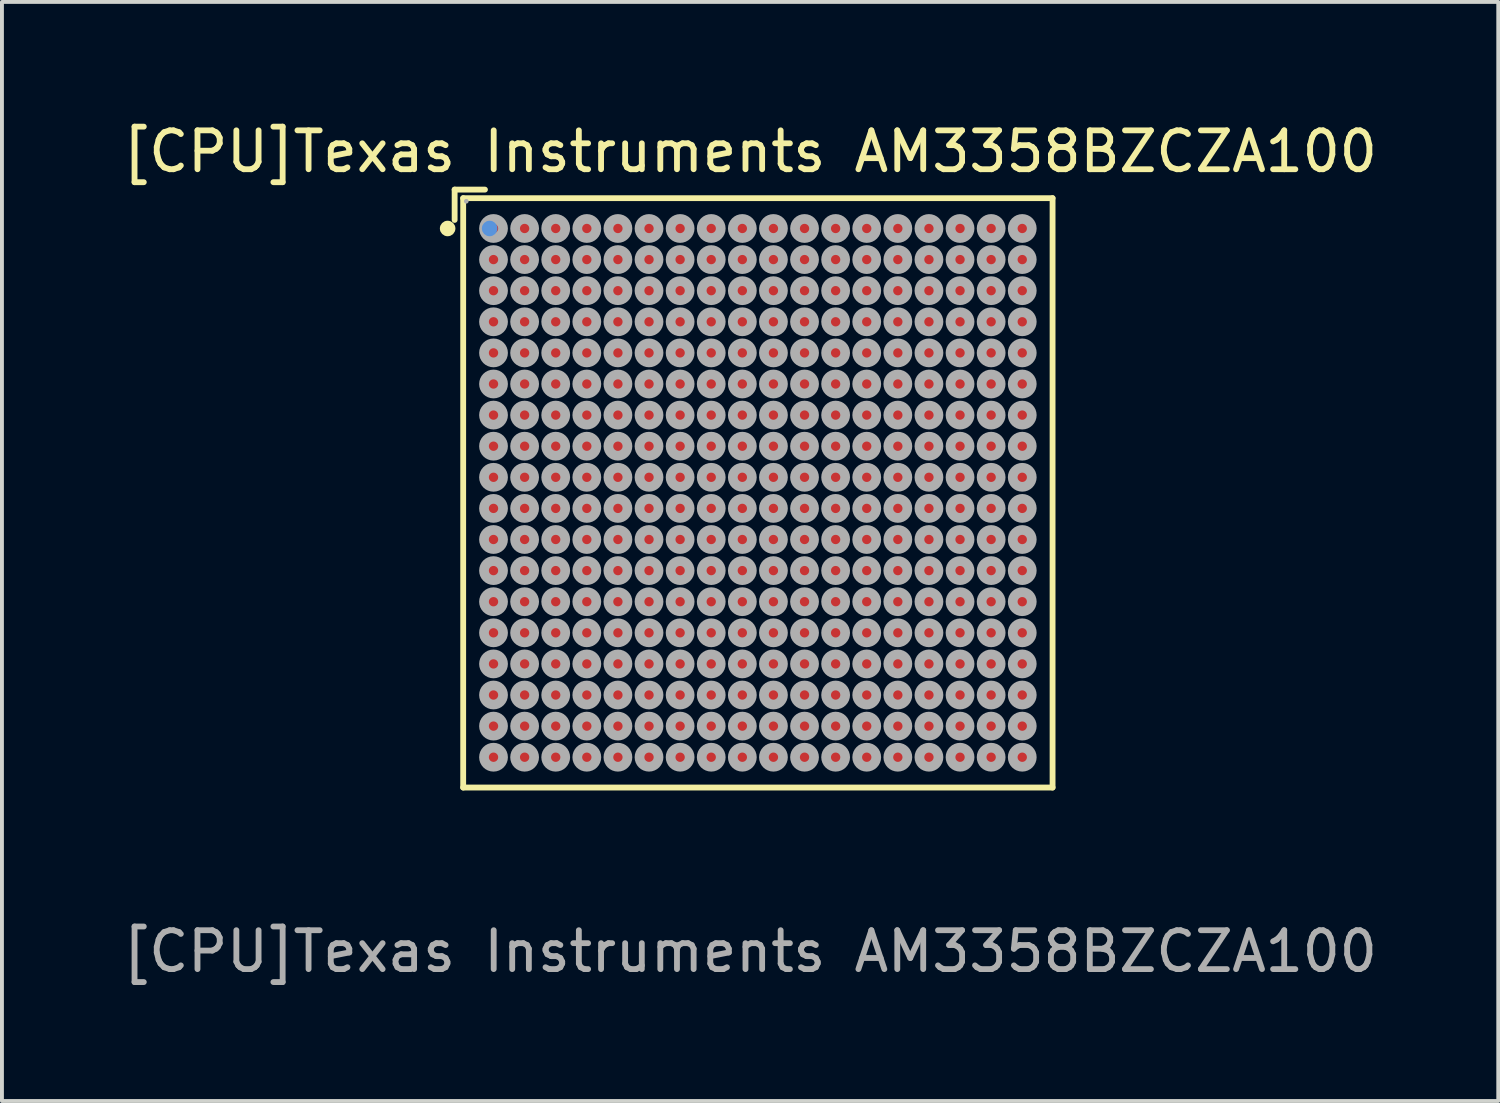
<source format=kicad_pcb>
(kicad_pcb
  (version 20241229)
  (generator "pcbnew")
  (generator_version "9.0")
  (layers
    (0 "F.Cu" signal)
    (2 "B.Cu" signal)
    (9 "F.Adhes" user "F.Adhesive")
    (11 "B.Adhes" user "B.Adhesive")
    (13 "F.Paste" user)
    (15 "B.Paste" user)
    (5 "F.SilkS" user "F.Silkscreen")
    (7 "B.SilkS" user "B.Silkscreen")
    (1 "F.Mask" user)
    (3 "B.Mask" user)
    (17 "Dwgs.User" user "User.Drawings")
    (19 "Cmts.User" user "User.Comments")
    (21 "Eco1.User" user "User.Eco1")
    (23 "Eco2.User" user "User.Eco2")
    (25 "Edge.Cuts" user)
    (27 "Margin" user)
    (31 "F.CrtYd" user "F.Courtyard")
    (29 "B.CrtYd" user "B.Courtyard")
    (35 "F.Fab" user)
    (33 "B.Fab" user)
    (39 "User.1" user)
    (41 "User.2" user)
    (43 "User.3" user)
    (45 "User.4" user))
  (footprint "[CPU]Texas Instruments AM3358BZCZA100"
    (layer "F.Cu")
    (at 16.244 9.027)
    (property "Reference" "[CPU]Texas Instruments AM3358BZCZA100" (at 0 -8.179 0) (layer "F.SilkS") (effects (font (size 1 1) (thickness 0.15))))
    (attr smd)
    (fp_line (start -7.6 -7.2) (end -7.6 -6.42) (stroke (width 0.15) (type solid)) (layer "F.SilkS"))
    (fp_line (start -7.38 -6.98) (end 7.78 -6.98) (stroke (width 0.15) (type solid)) (layer "F.SilkS"))
    (fp_line (start -7.38 8.18) (end -7.38 -6.98) (stroke (width 0.15) (type solid)) (layer "F.SilkS"))
    (fp_line (start -6.82 -7.2) (end -7.6 -7.2) (stroke (width 0.15) (type solid)) (layer "F.SilkS"))
    (fp_line (start 7.78 -6.98) (end 7.78 8.18) (stroke (width 0.15) (type solid)) (layer "F.SilkS"))
    (fp_line (start 7.78 8.18) (end -7.38 8.18) (stroke (width 0.15) (type solid)) (layer "F.SilkS"))
    (fp_circle (center -7.78 -6.2) (end -7.78 -6.1) (stroke (width 0.2) (type solid)) (fill no) (layer "F.SilkS"))
    (fp_circle (center -6.7 -6.2) (end -6.7 -6.1) (stroke (width 0.2) (type solid)) (fill no) (layer "Cmts.User"))
    (fp_circle (center -7.3 -6.9) (end -7.3 -6.87) (stroke (width 0.06) (type solid)) (fill no) (layer "F.Fab"))
    (fp_circle (center -6.6 -6.2) (end -6.6 -6.08) (stroke (width 0.25) (type solid)) (fill no) (layer "F.Fab"))
    (fp_circle (center -6.6 -5.4) (end -6.6 -5.28) (stroke (width 0.25) (type solid)) (fill no) (layer "F.Fab"))
    (fp_circle (center -6.6 -4.6) (end -6.6 -4.48) (stroke (width 0.25) (type solid)) (fill no) (layer "F.Fab"))
    (fp_circle (center -6.6 -3.8) (end -6.6 -3.68) (stroke (width 0.25) (type solid)) (fill no) (layer "F.Fab"))
    (fp_circle (center -6.6 -3) (end -6.6 -2.88) (stroke (width 0.25) (type solid)) (fill no) (layer "F.Fab"))
    (fp_circle (center -6.6 -2.2) (end -6.6 -2.08) (stroke (width 0.25) (type solid)) (fill no) (layer "F.Fab"))
    (fp_circle (center -6.6 -1.4) (end -6.6 -1.28) (stroke (width 0.25) (type solid)) (fill no) (layer "F.Fab"))
    (fp_circle (center -6.6 -0.6) (end -6.6 -0.48) (stroke (width 0.25) (type solid)) (fill no) (layer "F.Fab"))
    (fp_circle (center -6.6 0.2) (end -6.6 0.32) (stroke (width 0.25) (type solid)) (fill no) (layer "F.Fab"))
    (fp_circle (center -6.6 1) (end -6.6 1.12) (stroke (width 0.25) (type solid)) (fill no) (layer "F.Fab"))
    (fp_circle (center -6.6 1.8) (end -6.6 1.92) (stroke (width 0.25) (type solid)) (fill no) (layer "F.Fab"))
    (fp_circle (center -6.6 2.6) (end -6.6 2.72) (stroke (width 0.25) (type solid)) (fill no) (layer "F.Fab"))
    (fp_circle (center -6.6 3.4) (end -6.6 3.52) (stroke (width 0.25) (type solid)) (fill no) (layer "F.Fab"))
    (fp_circle (center -6.6 4.2) (end -6.6 4.32) (stroke (width 0.25) (type solid)) (fill no) (layer "F.Fab"))
    (fp_circle (center -6.6 5) (end -6.6 5.12) (stroke (width 0.25) (type solid)) (fill no) (layer "F.Fab"))
    (fp_circle (center -6.6 5.8) (end -6.6 5.92) (stroke (width 0.25) (type solid)) (fill no) (layer "F.Fab"))
    (fp_circle (center -6.6 6.6) (end -6.6 6.72) (stroke (width 0.25) (type solid)) (fill no) (layer "F.Fab"))
    (fp_circle (center -6.6 7.4) (end -6.6 7.52) (stroke (width 0.25) (type solid)) (fill no) (layer "F.Fab"))
    (fp_circle (center -5.8 -6.2) (end -5.8 -6.08) (stroke (width 0.25) (type solid)) (fill no) (layer "F.Fab"))
    (fp_circle (center -5.8 -5.4) (end -5.8 -5.28) (stroke (width 0.25) (type solid)) (fill no) (layer "F.Fab"))
    (fp_circle (center -5.8 -4.6) (end -5.8 -4.48) (stroke (width 0.25) (type solid)) (fill no) (layer "F.Fab"))
    (fp_circle (center -5.8 -3.8) (end -5.8 -3.68) (stroke (width 0.25) (type solid)) (fill no) (layer "F.Fab"))
    (fp_circle (center -5.8 -3) (end -5.8 -2.88) (stroke (width 0.25) (type solid)) (fill no) (layer "F.Fab"))
    (fp_circle (center -5.8 -2.2) (end -5.8 -2.08) (stroke (width 0.25) (type solid)) (fill no) (layer "F.Fab"))
    (fp_circle (center -5.8 -1.4) (end -5.8 -1.28) (stroke (width 0.25) (type solid)) (fill no) (layer "F.Fab"))
    (fp_circle (center -5.8 -0.6) (end -5.8 -0.48) (stroke (width 0.25) (type solid)) (fill no) (layer "F.Fab"))
    (fp_circle (center -5.8 0.2) (end -5.8 0.32) (stroke (width 0.25) (type solid)) (fill no) (layer "F.Fab"))
    (fp_circle (center -5.8 1) (end -5.8 1.12) (stroke (width 0.25) (type solid)) (fill no) (layer "F.Fab"))
    (fp_circle (center -5.8 1.8) (end -5.8 1.92) (stroke (width 0.25) (type solid)) (fill no) (layer "F.Fab"))
    (fp_circle (center -5.8 2.6) (end -5.8 2.72) (stroke (width 0.25) (type solid)) (fill no) (layer "F.Fab"))
    (fp_circle (center -5.8 3.4) (end -5.8 3.52) (stroke (width 0.25) (type solid)) (fill no) (layer "F.Fab"))
    (fp_circle (center -5.8 4.2) (end -5.8 4.32) (stroke (width 0.25) (type solid)) (fill no) (layer "F.Fab"))
    (fp_circle (center -5.8 5) (end -5.8 5.12) (stroke (width 0.25) (type solid)) (fill no) (layer "F.Fab"))
    (fp_circle (center -5.8 5.8) (end -5.8 5.92) (stroke (width 0.25) (type solid)) (fill no) (layer "F.Fab"))
    (fp_circle (center -5.8 6.6) (end -5.8 6.72) (stroke (width 0.25) (type solid)) (fill no) (layer "F.Fab"))
    (fp_circle (center -5.8 7.4) (end -5.8 7.52) (stroke (width 0.25) (type solid)) (fill no) (layer "F.Fab"))
    (fp_circle (center -5 -6.2) (end -5 -6.08) (stroke (width 0.25) (type solid)) (fill no) (layer "F.Fab"))
    (fp_circle (center -5 -5.4) (end -5 -5.28) (stroke (width 0.25) (type solid)) (fill no) (layer "F.Fab"))
    (fp_circle (center -5 -4.6) (end -5 -4.48) (stroke (width 0.25) (type solid)) (fill no) (layer "F.Fab"))
    (fp_circle (center -5 -3.8) (end -5 -3.68) (stroke (width 0.25) (type solid)) (fill no) (layer "F.Fab"))
    (fp_circle (center -5 -3) (end -5 -2.88) (stroke (width 0.25) (type solid)) (fill no) (layer "F.Fab"))
    (fp_circle (center -5 -2.2) (end -5 -2.08) (stroke (width 0.25) (type solid)) (fill no) (layer "F.Fab"))
    (fp_circle (center -5 -1.4) (end -5 -1.28) (stroke (width 0.25) (type solid)) (fill no) (layer "F.Fab"))
    (fp_circle (center -5 -0.6) (end -5 -0.48) (stroke (width 0.25) (type solid)) (fill no) (layer "F.Fab"))
    (fp_circle (center -5 0.2) (end -5 0.32) (stroke (width 0.25) (type solid)) (fill no) (layer "F.Fab"))
    (fp_circle (center -5 1) (end -5 1.12) (stroke (width 0.25) (type solid)) (fill no) (layer "F.Fab"))
    (fp_circle (center -5 1.8) (end -5 1.92) (stroke (width 0.25) (type solid)) (fill no) (layer "F.Fab"))
    (fp_circle (center -5 2.6) (end -5 2.72) (stroke (width 0.25) (type solid)) (fill no) (layer "F.Fab"))
    (fp_circle (center -5 3.4) (end -5 3.52) (stroke (width 0.25) (type solid)) (fill no) (layer "F.Fab"))
    (fp_circle (center -5 4.2) (end -5 4.32) (stroke (width 0.25) (type solid)) (fill no) (layer "F.Fab"))
    (fp_circle (center -5 5) (end -5 5.12) (stroke (width 0.25) (type solid)) (fill no) (layer "F.Fab"))
    (fp_circle (center -5 5.8) (end -5 5.92) (stroke (width 0.25) (type solid)) (fill no) (layer "F.Fab"))
    (fp_circle (center -5 6.6) (end -5 6.72) (stroke (width 0.25) (type solid)) (fill no) (layer "F.Fab"))
    (fp_circle (center -5 7.4) (end -5 7.52) (stroke (width 0.25) (type solid)) (fill no) (layer "F.Fab"))
    (fp_circle (center -4.2 -6.2) (end -4.2 -6.08) (stroke (width 0.25) (type solid)) (fill no) (layer "F.Fab"))
    (fp_circle (center -4.2 -5.4) (end -4.2 -5.28) (stroke (width 0.25) (type solid)) (fill no) (layer "F.Fab"))
    (fp_circle (center -4.2 -4.6) (end -4.2 -4.48) (stroke (width 0.25) (type solid)) (fill no) (layer "F.Fab"))
    (fp_circle (center -4.2 -3.8) (end -4.2 -3.68) (stroke (width 0.25) (type solid)) (fill no) (layer "F.Fab"))
    (fp_circle (center -4.2 -3) (end -4.2 -2.88) (stroke (width 0.25) (type solid)) (fill no) (layer "F.Fab"))
    (fp_circle (center -4.2 -2.2) (end -4.2 -2.08) (stroke (width 0.25) (type solid)) (fill no) (layer "F.Fab"))
    (fp_circle (center -4.2 -1.4) (end -4.2 -1.28) (stroke (width 0.25) (type solid)) (fill no) (layer "F.Fab"))
    (fp_circle (center -4.2 -0.6) (end -4.2 -0.48) (stroke (width 0.25) (type solid)) (fill no) (layer "F.Fab"))
    (fp_circle (center -4.2 0.2) (end -4.2 0.32) (stroke (width 0.25) (type solid)) (fill no) (layer "F.Fab"))
    (fp_circle (center -4.2 1) (end -4.2 1.12) (stroke (width 0.25) (type solid)) (fill no) (layer "F.Fab"))
    (fp_circle (center -4.2 1.8) (end -4.2 1.92) (stroke (width 0.25) (type solid)) (fill no) (layer "F.Fab"))
    (fp_circle (center -4.2 2.6) (end -4.2 2.72) (stroke (width 0.25) (type solid)) (fill no) (layer "F.Fab"))
    (fp_circle (center -4.2 3.4) (end -4.2 3.52) (stroke (width 0.25) (type solid)) (fill no) (layer "F.Fab"))
    (fp_circle (center -4.2 4.2) (end -4.2 4.32) (stroke (width 0.25) (type solid)) (fill no) (layer "F.Fab"))
    (fp_circle (center -4.2 5) (end -4.2 5.12) (stroke (width 0.25) (type solid)) (fill no) (layer "F.Fab"))
    (fp_circle (center -4.2 5.8) (end -4.2 5.92) (stroke (width 0.25) (type solid)) (fill no) (layer "F.Fab"))
    (fp_circle (center -4.2 6.6) (end -4.2 6.72) (stroke (width 0.25) (type solid)) (fill no) (layer "F.Fab"))
    (fp_circle (center -4.2 7.4) (end -4.2 7.52) (stroke (width 0.25) (type solid)) (fill no) (layer "F.Fab"))
    (fp_circle (center -3.4 -6.2) (end -3.4 -6.08) (stroke (width 0.25) (type solid)) (fill no) (layer "F.Fab"))
    (fp_circle (center -3.4 -5.4) (end -3.4 -5.28) (stroke (width 0.25) (type solid)) (fill no) (layer "F.Fab"))
    (fp_circle (center -3.4 -4.6) (end -3.4 -4.48) (stroke (width 0.25) (type solid)) (fill no) (layer "F.Fab"))
    (fp_circle (center -3.4 -3.8) (end -3.4 -3.68) (stroke (width 0.25) (type solid)) (fill no) (layer "F.Fab"))
    (fp_circle (center -3.4 -3) (end -3.4 -2.88) (stroke (width 0.25) (type solid)) (fill no) (layer "F.Fab"))
    (fp_circle (center -3.4 -2.2) (end -3.4 -2.08) (stroke (width 0.25) (type solid)) (fill no) (layer "F.Fab"))
    (fp_circle (center -3.4 -1.4) (end -3.4 -1.28) (stroke (width 0.25) (type solid)) (fill no) (layer "F.Fab"))
    (fp_circle (center -3.4 -0.6) (end -3.4 -0.48) (stroke (width 0.25) (type solid)) (fill no) (layer "F.Fab"))
    (fp_circle (center -3.4 0.2) (end -3.4 0.32) (stroke (width 0.25) (type solid)) (fill no) (layer "F.Fab"))
    (fp_circle (center -3.4 1) (end -3.4 1.12) (stroke (width 0.25) (type solid)) (fill no) (layer "F.Fab"))
    (fp_circle (center -3.4 1.8) (end -3.4 1.92) (stroke (width 0.25) (type solid)) (fill no) (layer "F.Fab"))
    (fp_circle (center -3.4 2.6) (end -3.4 2.72) (stroke (width 0.25) (type solid)) (fill no) (layer "F.Fab"))
    (fp_circle (center -3.4 3.4) (end -3.4 3.52) (stroke (width 0.25) (type solid)) (fill no) (layer "F.Fab"))
    (fp_circle (center -3.4 4.2) (end -3.4 4.32) (stroke (width 0.25) (type solid)) (fill no) (layer "F.Fab"))
    (fp_circle (center -3.4 5) (end -3.4 5.12) (stroke (width 0.25) (type solid)) (fill no) (layer "F.Fab"))
    (fp_circle (center -3.4 5.8) (end -3.4 5.92) (stroke (width 0.25) (type solid)) (fill no) (layer "F.Fab"))
    (fp_circle (center -3.4 6.6) (end -3.4 6.72) (stroke (width 0.25) (type solid)) (fill no) (layer "F.Fab"))
    (fp_circle (center -3.4 7.4) (end -3.4 7.52) (stroke (width 0.25) (type solid)) (fill no) (layer "F.Fab"))
    (fp_circle (center -2.6 -6.2) (end -2.6 -6.08) (stroke (width 0.25) (type solid)) (fill no) (layer "F.Fab"))
    (fp_circle (center -2.6 -5.4) (end -2.6 -5.28) (stroke (width 0.25) (type solid)) (fill no) (layer "F.Fab"))
    (fp_circle (center -2.6 -4.6) (end -2.6 -4.48) (stroke (width 0.25) (type solid)) (fill no) (layer "F.Fab"))
    (fp_circle (center -2.6 -3.8) (end -2.6 -3.68) (stroke (width 0.25) (type solid)) (fill no) (layer "F.Fab"))
    (fp_circle (center -2.6 -3) (end -2.6 -2.88) (stroke (width 0.25) (type solid)) (fill no) (layer "F.Fab"))
    (fp_circle (center -2.6 -2.2) (end -2.6 -2.08) (stroke (width 0.25) (type solid)) (fill no) (layer "F.Fab"))
    (fp_circle (center -2.6 -1.4) (end -2.6 -1.28) (stroke (width 0.25) (type solid)) (fill no) (layer "F.Fab"))
    (fp_circle (center -2.6 -0.6) (end -2.6 -0.48) (stroke (width 0.25) (type solid)) (fill no) (layer "F.Fab"))
    (fp_circle (center -2.6 0.2) (end -2.6 0.32) (stroke (width 0.25) (type solid)) (fill no) (layer "F.Fab"))
    (fp_circle (center -2.6 1) (end -2.6 1.12) (stroke (width 0.25) (type solid)) (fill no) (layer "F.Fab"))
    (fp_circle (center -2.6 1.8) (end -2.6 1.92) (stroke (width 0.25) (type solid)) (fill no) (layer "F.Fab"))
    (fp_circle (center -2.6 2.6) (end -2.6 2.72) (stroke (width 0.25) (type solid)) (fill no) (layer "F.Fab"))
    (fp_circle (center -2.6 3.4) (end -2.6 3.52) (stroke (width 0.25) (type solid)) (fill no) (layer "F.Fab"))
    (fp_circle (center -2.6 4.2) (end -2.6 4.32) (stroke (width 0.25) (type solid)) (fill no) (layer "F.Fab"))
    (fp_circle (center -2.6 5) (end -2.6 5.12) (stroke (width 0.25) (type solid)) (fill no) (layer "F.Fab"))
    (fp_circle (center -2.6 5.8) (end -2.6 5.92) (stroke (width 0.25) (type solid)) (fill no) (layer "F.Fab"))
    (fp_circle (center -2.6 6.6) (end -2.6 6.72) (stroke (width 0.25) (type solid)) (fill no) (layer "F.Fab"))
    (fp_circle (center -2.6 7.4) (end -2.6 7.52) (stroke (width 0.25) (type solid)) (fill no) (layer "F.Fab"))
    (fp_circle (center -1.8 -6.2) (end -1.8 -6.08) (stroke (width 0.25) (type solid)) (fill no) (layer "F.Fab"))
    (fp_circle (center -1.8 -5.4) (end -1.8 -5.28) (stroke (width 0.25) (type solid)) (fill no) (layer "F.Fab"))
    (fp_circle (center -1.8 -4.6) (end -1.8 -4.48) (stroke (width 0.25) (type solid)) (fill no) (layer "F.Fab"))
    (fp_circle (center -1.8 -3.8) (end -1.8 -3.68) (stroke (width 0.25) (type solid)) (fill no) (layer "F.Fab"))
    (fp_circle (center -1.8 -3) (end -1.8 -2.88) (stroke (width 0.25) (type solid)) (fill no) (layer "F.Fab"))
    (fp_circle (center -1.8 -2.2) (end -1.8 -2.08) (stroke (width 0.25) (type solid)) (fill no) (layer "F.Fab"))
    (fp_circle (center -1.8 -1.4) (end -1.8 -1.28) (stroke (width 0.25) (type solid)) (fill no) (layer "F.Fab"))
    (fp_circle (center -1.8 -0.6) (end -1.8 -0.48) (stroke (width 0.25) (type solid)) (fill no) (layer "F.Fab"))
    (fp_circle (center -1.8 0.2) (end -1.8 0.32) (stroke (width 0.25) (type solid)) (fill no) (layer "F.Fab"))
    (fp_circle (center -1.8 1) (end -1.8 1.12) (stroke (width 0.25) (type solid)) (fill no) (layer "F.Fab"))
    (fp_circle (center -1.8 1.8) (end -1.8 1.92) (stroke (width 0.25) (type solid)) (fill no) (layer "F.Fab"))
    (fp_circle (center -1.8 2.6) (end -1.8 2.72) (stroke (width 0.25) (type solid)) (fill no) (layer "F.Fab"))
    (fp_circle (center -1.8 3.4) (end -1.8 3.52) (stroke (width 0.25) (type solid)) (fill no) (layer "F.Fab"))
    (fp_circle (center -1.8 4.2) (end -1.8 4.32) (stroke (width 0.25) (type solid)) (fill no) (layer "F.Fab"))
    (fp_circle (center -1.8 5) (end -1.8 5.12) (stroke (width 0.25) (type solid)) (fill no) (layer "F.Fab"))
    (fp_circle (center -1.8 5.8) (end -1.8 5.92) (stroke (width 0.25) (type solid)) (fill no) (layer "F.Fab"))
    (fp_circle (center -1.8 6.6) (end -1.8 6.72) (stroke (width 0.25) (type solid)) (fill no) (layer "F.Fab"))
    (fp_circle (center -1.8 7.4) (end -1.8 7.52) (stroke (width 0.25) (type solid)) (fill no) (layer "F.Fab"))
    (fp_circle (center -1 -6.2) (end -1 -6.08) (stroke (width 0.25) (type solid)) (fill no) (layer "F.Fab"))
    (fp_circle (center -1 -5.4) (end -1 -5.28) (stroke (width 0.25) (type solid)) (fill no) (layer "F.Fab"))
    (fp_circle (center -1 -4.6) (end -1 -4.48) (stroke (width 0.25) (type solid)) (fill no) (layer "F.Fab"))
    (fp_circle (center -1 -3.8) (end -1 -3.68) (stroke (width 0.25) (type solid)) (fill no) (layer "F.Fab"))
    (fp_circle (center -1 -3) (end -1 -2.88) (stroke (width 0.25) (type solid)) (fill no) (layer "F.Fab"))
    (fp_circle (center -1 -2.2) (end -1 -2.08) (stroke (width 0.25) (type solid)) (fill no) (layer "F.Fab"))
    (fp_circle (center -1 -1.4) (end -1 -1.28) (stroke (width 0.25) (type solid)) (fill no) (layer "F.Fab"))
    (fp_circle (center -1 -0.6) (end -1 -0.48) (stroke (width 0.25) (type solid)) (fill no) (layer "F.Fab"))
    (fp_circle (center -1 0.2) (end -1 0.32) (stroke (width 0.25) (type solid)) (fill no) (layer "F.Fab"))
    (fp_circle (center -1 1) (end -1 1.12) (stroke (width 0.25) (type solid)) (fill no) (layer "F.Fab"))
    (fp_circle (center -1 1.8) (end -1 1.92) (stroke (width 0.25) (type solid)) (fill no) (layer "F.Fab"))
    (fp_circle (center -1 2.6) (end -1 2.72) (stroke (width 0.25) (type solid)) (fill no) (layer "F.Fab"))
    (fp_circle (center -1 3.4) (end -1 3.52) (stroke (width 0.25) (type solid)) (fill no) (layer "F.Fab"))
    (fp_circle (center -1 4.2) (end -1 4.32) (stroke (width 0.25) (type solid)) (fill no) (layer "F.Fab"))
    (fp_circle (center -1 5) (end -1 5.12) (stroke (width 0.25) (type solid)) (fill no) (layer "F.Fab"))
    (fp_circle (center -1 5.8) (end -1 5.92) (stroke (width 0.25) (type solid)) (fill no) (layer "F.Fab"))
    (fp_circle (center -1 6.6) (end -1 6.72) (stroke (width 0.25) (type solid)) (fill no) (layer "F.Fab"))
    (fp_circle (center -1 7.4) (end -1 7.52) (stroke (width 0.25) (type solid)) (fill no) (layer "F.Fab"))
    (fp_circle (center -0.2 -6.2) (end -0.2 -6.08) (stroke (width 0.25) (type solid)) (fill no) (layer "F.Fab"))
    (fp_circle (center -0.2 -5.4) (end -0.2 -5.28) (stroke (width 0.25) (type solid)) (fill no) (layer "F.Fab"))
    (fp_circle (center -0.2 -4.6) (end -0.2 -4.48) (stroke (width 0.25) (type solid)) (fill no) (layer "F.Fab"))
    (fp_circle (center -0.2 -3.8) (end -0.2 -3.68) (stroke (width 0.25) (type solid)) (fill no) (layer "F.Fab"))
    (fp_circle (center -0.2 -3) (end -0.2 -2.88) (stroke (width 0.25) (type solid)) (fill no) (layer "F.Fab"))
    (fp_circle (center -0.2 -2.2) (end -0.2 -2.08) (stroke (width 0.25) (type solid)) (fill no) (layer "F.Fab"))
    (fp_circle (center -0.2 -1.4) (end -0.2 -1.28) (stroke (width 0.25) (type solid)) (fill no) (layer "F.Fab"))
    (fp_circle (center -0.2 -0.6) (end -0.2 -0.48) (stroke (width 0.25) (type solid)) (fill no) (layer "F.Fab"))
    (fp_circle (center -0.2 0.2) (end -0.2 0.32) (stroke (width 0.25) (type solid)) (fill no) (layer "F.Fab"))
    (fp_circle (center -0.2 1) (end -0.2 1.12) (stroke (width 0.25) (type solid)) (fill no) (layer "F.Fab"))
    (fp_circle (center -0.2 1.8) (end -0.2 1.92) (stroke (width 0.25) (type solid)) (fill no) (layer "F.Fab"))
    (fp_circle (center -0.2 2.6) (end -0.2 2.72) (stroke (width 0.25) (type solid)) (fill no) (layer "F.Fab"))
    (fp_circle (center -0.2 3.4) (end -0.2 3.52) (stroke (width 0.25) (type solid)) (fill no) (layer "F.Fab"))
    (fp_circle (center -0.2 4.2) (end -0.2 4.32) (stroke (width 0.25) (type solid)) (fill no) (layer "F.Fab"))
    (fp_circle (center -0.2 5) (end -0.2 5.12) (stroke (width 0.25) (type solid)) (fill no) (layer "F.Fab"))
    (fp_circle (center -0.2 5.8) (end -0.2 5.92) (stroke (width 0.25) (type solid)) (fill no) (layer "F.Fab"))
    (fp_circle (center -0.2 6.6) (end -0.2 6.72) (stroke (width 0.25) (type solid)) (fill no) (layer "F.Fab"))
    (fp_circle (center -0.2 7.4) (end -0.2 7.52) (stroke (width 0.25) (type solid)) (fill no) (layer "F.Fab"))
    (fp_circle (center 0.6 -6.2) (end 0.6 -6.08) (stroke (width 0.25) (type solid)) (fill no) (layer "F.Fab"))
    (fp_circle (center 0.6 -5.4) (end 0.6 -5.28) (stroke (width 0.25) (type solid)) (fill no) (layer "F.Fab"))
    (fp_circle (center 0.6 -4.6) (end 0.6 -4.48) (stroke (width 0.25) (type solid)) (fill no) (layer "F.Fab"))
    (fp_circle (center 0.6 -3.8) (end 0.6 -3.68) (stroke (width 0.25) (type solid)) (fill no) (layer "F.Fab"))
    (fp_circle (center 0.6 -3) (end 0.6 -2.88) (stroke (width 0.25) (type solid)) (fill no) (layer "F.Fab"))
    (fp_circle (center 0.6 -2.2) (end 0.6 -2.08) (stroke (width 0.25) (type solid)) (fill no) (layer "F.Fab"))
    (fp_circle (center 0.6 -1.4) (end 0.6 -1.28) (stroke (width 0.25) (type solid)) (fill no) (layer "F.Fab"))
    (fp_circle (center 0.6 -0.6) (end 0.6 -0.48) (stroke (width 0.25) (type solid)) (fill no) (layer "F.Fab"))
    (fp_circle (center 0.6 0.2) (end 0.6 0.32) (stroke (width 0.25) (type solid)) (fill no) (layer "F.Fab"))
    (fp_circle (center 0.6 1) (end 0.6 1.12) (stroke (width 0.25) (type solid)) (fill no) (layer "F.Fab"))
    (fp_circle (center 0.6 1.8) (end 0.6 1.92) (stroke (width 0.25) (type solid)) (fill no) (layer "F.Fab"))
    (fp_circle (center 0.6 2.6) (end 0.6 2.72) (stroke (width 0.25) (type solid)) (fill no) (layer "F.Fab"))
    (fp_circle (center 0.6 3.4) (end 0.6 3.52) (stroke (width 0.25) (type solid)) (fill no) (layer "F.Fab"))
    (fp_circle (center 0.6 4.2) (end 0.6 4.32) (stroke (width 0.25) (type solid)) (fill no) (layer "F.Fab"))
    (fp_circle (center 0.6 5) (end 0.6 5.12) (stroke (width 0.25) (type solid)) (fill no) (layer "F.Fab"))
    (fp_circle (center 0.6 5.8) (end 0.6 5.92) (stroke (width 0.25) (type solid)) (fill no) (layer "F.Fab"))
    (fp_circle (center 0.6 6.6) (end 0.6 6.72) (stroke (width 0.25) (type solid)) (fill no) (layer "F.Fab"))
    (fp_circle (center 0.6 7.4) (end 0.6 7.52) (stroke (width 0.25) (type solid)) (fill no) (layer "F.Fab"))
    (fp_circle (center 1.4 -6.2) (end 1.4 -6.08) (stroke (width 0.25) (type solid)) (fill no) (layer "F.Fab"))
    (fp_circle (center 1.4 -5.4) (end 1.4 -5.28) (stroke (width 0.25) (type solid)) (fill no) (layer "F.Fab"))
    (fp_circle (center 1.4 -4.6) (end 1.4 -4.48) (stroke (width 0.25) (type solid)) (fill no) (layer "F.Fab"))
    (fp_circle (center 1.4 -3.8) (end 1.4 -3.68) (stroke (width 0.25) (type solid)) (fill no) (layer "F.Fab"))
    (fp_circle (center 1.4 -3) (end 1.4 -2.88) (stroke (width 0.25) (type solid)) (fill no) (layer "F.Fab"))
    (fp_circle (center 1.4 -2.2) (end 1.4 -2.08) (stroke (width 0.25) (type solid)) (fill no) (layer "F.Fab"))
    (fp_circle (center 1.4 -1.4) (end 1.4 -1.28) (stroke (width 0.25) (type solid)) (fill no) (layer "F.Fab"))
    (fp_circle (center 1.4 -0.6) (end 1.4 -0.48) (stroke (width 0.25) (type solid)) (fill no) (layer "F.Fab"))
    (fp_circle (center 1.4 0.2) (end 1.4 0.32) (stroke (width 0.25) (type solid)) (fill no) (layer "F.Fab"))
    (fp_circle (center 1.4 1) (end 1.4 1.12) (stroke (width 0.25) (type solid)) (fill no) (layer "F.Fab"))
    (fp_circle (center 1.4 1.8) (end 1.4 1.92) (stroke (width 0.25) (type solid)) (fill no) (layer "F.Fab"))
    (fp_circle (center 1.4 2.6) (end 1.4 2.72) (stroke (width 0.25) (type solid)) (fill no) (layer "F.Fab"))
    (fp_circle (center 1.4 3.4) (end 1.4 3.52) (stroke (width 0.25) (type solid)) (fill no) (layer "F.Fab"))
    (fp_circle (center 1.4 4.2) (end 1.4 4.32) (stroke (width 0.25) (type solid)) (fill no) (layer "F.Fab"))
    (fp_circle (center 1.4 5) (end 1.4 5.12) (stroke (width 0.25) (type solid)) (fill no) (layer "F.Fab"))
    (fp_circle (center 1.4 5.8) (end 1.4 5.92) (stroke (width 0.25) (type solid)) (fill no) (layer "F.Fab"))
    (fp_circle (center 1.4 6.6) (end 1.4 6.72) (stroke (width 0.25) (type solid)) (fill no) (layer "F.Fab"))
    (fp_circle (center 1.4 7.4) (end 1.4 7.52) (stroke (width 0.25) (type solid)) (fill no) (layer "F.Fab"))
    (fp_circle (center 2.2 -6.2) (end 2.2 -6.08) (stroke (width 0.25) (type solid)) (fill no) (layer "F.Fab"))
    (fp_circle (center 2.2 -5.4) (end 2.2 -5.28) (stroke (width 0.25) (type solid)) (fill no) (layer "F.Fab"))
    (fp_circle (center 2.2 -4.6) (end 2.2 -4.48) (stroke (width 0.25) (type solid)) (fill no) (layer "F.Fab"))
    (fp_circle (center 2.2 -3.8) (end 2.2 -3.68) (stroke (width 0.25) (type solid)) (fill no) (layer "F.Fab"))
    (fp_circle (center 2.2 -3) (end 2.2 -2.88) (stroke (width 0.25) (type solid)) (fill no) (layer "F.Fab"))
    (fp_circle (center 2.2 -2.2) (end 2.2 -2.08) (stroke (width 0.25) (type solid)) (fill no) (layer "F.Fab"))
    (fp_circle (center 2.2 -1.4) (end 2.2 -1.28) (stroke (width 0.25) (type solid)) (fill no) (layer "F.Fab"))
    (fp_circle (center 2.2 -0.6) (end 2.2 -0.48) (stroke (width 0.25) (type solid)) (fill no) (layer "F.Fab"))
    (fp_circle (center 2.2 0.2) (end 2.2 0.32) (stroke (width 0.25) (type solid)) (fill no) (layer "F.Fab"))
    (fp_circle (center 2.2 1) (end 2.2 1.12) (stroke (width 0.25) (type solid)) (fill no) (layer "F.Fab"))
    (fp_circle (center 2.2 1.8) (end 2.2 1.92) (stroke (width 0.25) (type solid)) (fill no) (layer "F.Fab"))
    (fp_circle (center 2.2 2.6) (end 2.2 2.72) (stroke (width 0.25) (type solid)) (fill no) (layer "F.Fab"))
    (fp_circle (center 2.2 3.4) (end 2.2 3.52) (stroke (width 0.25) (type solid)) (fill no) (layer "F.Fab"))
    (fp_circle (center 2.2 4.2) (end 2.2 4.32) (stroke (width 0.25) (type solid)) (fill no) (layer "F.Fab"))
    (fp_circle (center 2.2 5) (end 2.2 5.12) (stroke (width 0.25) (type solid)) (fill no) (layer "F.Fab"))
    (fp_circle (center 2.2 5.8) (end 2.2 5.92) (stroke (width 0.25) (type solid)) (fill no) (layer "F.Fab"))
    (fp_circle (center 2.2 6.6) (end 2.2 6.72) (stroke (width 0.25) (type solid)) (fill no) (layer "F.Fab"))
    (fp_circle (center 2.2 7.4) (end 2.2 7.52) (stroke (width 0.25) (type solid)) (fill no) (layer "F.Fab"))
    (fp_circle (center 3 -6.2) (end 3 -6.08) (stroke (width 0.25) (type solid)) (fill no) (layer "F.Fab"))
    (fp_circle (center 3 -5.4) (end 3 -5.28) (stroke (width 0.25) (type solid)) (fill no) (layer "F.Fab"))
    (fp_circle (center 3 -4.6) (end 3 -4.48) (stroke (width 0.25) (type solid)) (fill no) (layer "F.Fab"))
    (fp_circle (center 3 -3.8) (end 3 -3.68) (stroke (width 0.25) (type solid)) (fill no) (layer "F.Fab"))
    (fp_circle (center 3 -3) (end 3 -2.88) (stroke (width 0.25) (type solid)) (fill no) (layer "F.Fab"))
    (fp_circle (center 3 -2.2) (end 3 -2.08) (stroke (width 0.25) (type solid)) (fill no) (layer "F.Fab"))
    (fp_circle (center 3 -1.4) (end 3 -1.28) (stroke (width 0.25) (type solid)) (fill no) (layer "F.Fab"))
    (fp_circle (center 3 -0.6) (end 3 -0.48) (stroke (width 0.25) (type solid)) (fill no) (layer "F.Fab"))
    (fp_circle (center 3 0.2) (end 3 0.32) (stroke (width 0.25) (type solid)) (fill no) (layer "F.Fab"))
    (fp_circle (center 3 1) (end 3 1.12) (stroke (width 0.25) (type solid)) (fill no) (layer "F.Fab"))
    (fp_circle (center 3 1.8) (end 3 1.92) (stroke (width 0.25) (type solid)) (fill no) (layer "F.Fab"))
    (fp_circle (center 3 2.6) (end 3 2.72) (stroke (width 0.25) (type solid)) (fill no) (layer "F.Fab"))
    (fp_circle (center 3 3.4) (end 3 3.52) (stroke (width 0.25) (type solid)) (fill no) (layer "F.Fab"))
    (fp_circle (center 3 4.2) (end 3 4.32) (stroke (width 0.25) (type solid)) (fill no) (layer "F.Fab"))
    (fp_circle (center 3 5) (end 3 5.12) (stroke (width 0.25) (type solid)) (fill no) (layer "F.Fab"))
    (fp_circle (center 3 5.8) (end 3 5.92) (stroke (width 0.25) (type solid)) (fill no) (layer "F.Fab"))
    (fp_circle (center 3 6.6) (end 3 6.72) (stroke (width 0.25) (type solid)) (fill no) (layer "F.Fab"))
    (fp_circle (center 3 7.4) (end 3 7.52) (stroke (width 0.25) (type solid)) (fill no) (layer "F.Fab"))
    (fp_circle (center 3.8 -6.2) (end 3.8 -6.08) (stroke (width 0.25) (type solid)) (fill no) (layer "F.Fab"))
    (fp_circle (center 3.8 -5.4) (end 3.8 -5.28) (stroke (width 0.25) (type solid)) (fill no) (layer "F.Fab"))
    (fp_circle (center 3.8 -4.6) (end 3.8 -4.48) (stroke (width 0.25) (type solid)) (fill no) (layer "F.Fab"))
    (fp_circle (center 3.8 -3.8) (end 3.8 -3.68) (stroke (width 0.25) (type solid)) (fill no) (layer "F.Fab"))
    (fp_circle (center 3.8 -3) (end 3.8 -2.88) (stroke (width 0.25) (type solid)) (fill no) (layer "F.Fab"))
    (fp_circle (center 3.8 -2.2) (end 3.8 -2.08) (stroke (width 0.25) (type solid)) (fill no) (layer "F.Fab"))
    (fp_circle (center 3.8 -1.4) (end 3.8 -1.28) (stroke (width 0.25) (type solid)) (fill no) (layer "F.Fab"))
    (fp_circle (center 3.8 -0.6) (end 3.8 -0.48) (stroke (width 0.25) (type solid)) (fill no) (layer "F.Fab"))
    (fp_circle (center 3.8 0.2) (end 3.8 0.32) (stroke (width 0.25) (type solid)) (fill no) (layer "F.Fab"))
    (fp_circle (center 3.8 1) (end 3.8 1.12) (stroke (width 0.25) (type solid)) (fill no) (layer "F.Fab"))
    (fp_circle (center 3.8 1.8) (end 3.8 1.92) (stroke (width 0.25) (type solid)) (fill no) (layer "F.Fab"))
    (fp_circle (center 3.8 2.6) (end 3.8 2.72) (stroke (width 0.25) (type solid)) (fill no) (layer "F.Fab"))
    (fp_circle (center 3.8 3.4) (end 3.8 3.52) (stroke (width 0.25) (type solid)) (fill no) (layer "F.Fab"))
    (fp_circle (center 3.8 4.2) (end 3.8 4.32) (stroke (width 0.25) (type solid)) (fill no) (layer "F.Fab"))
    (fp_circle (center 3.8 5) (end 3.8 5.12) (stroke (width 0.25) (type solid)) (fill no) (layer "F.Fab"))
    (fp_circle (center 3.8 5.8) (end 3.8 5.92) (stroke (width 0.25) (type solid)) (fill no) (layer "F.Fab"))
    (fp_circle (center 3.8 6.6) (end 3.8 6.72) (stroke (width 0.25) (type solid)) (fill no) (layer "F.Fab"))
    (fp_circle (center 3.8 7.4) (end 3.8 7.52) (stroke (width 0.25) (type solid)) (fill no) (layer "F.Fab"))
    (fp_circle (center 4.6 -6.2) (end 4.6 -6.08) (stroke (width 0.25) (type solid)) (fill no) (layer "F.Fab"))
    (fp_circle (center 4.6 -5.4) (end 4.6 -5.28) (stroke (width 0.25) (type solid)) (fill no) (layer "F.Fab"))
    (fp_circle (center 4.6 -4.6) (end 4.6 -4.48) (stroke (width 0.25) (type solid)) (fill no) (layer "F.Fab"))
    (fp_circle (center 4.6 -3.8) (end 4.6 -3.68) (stroke (width 0.25) (type solid)) (fill no) (layer "F.Fab"))
    (fp_circle (center 4.6 -3) (end 4.6 -2.88) (stroke (width 0.25) (type solid)) (fill no) (layer "F.Fab"))
    (fp_circle (center 4.6 -2.2) (end 4.6 -2.08) (stroke (width 0.25) (type solid)) (fill no) (layer "F.Fab"))
    (fp_circle (center 4.6 -1.4) (end 4.6 -1.28) (stroke (width 0.25) (type solid)) (fill no) (layer "F.Fab"))
    (fp_circle (center 4.6 -0.6) (end 4.6 -0.48) (stroke (width 0.25) (type solid)) (fill no) (layer "F.Fab"))
    (fp_circle (center 4.6 0.2) (end 4.6 0.32) (stroke (width 0.25) (type solid)) (fill no) (layer "F.Fab"))
    (fp_circle (center 4.6 1) (end 4.6 1.12) (stroke (width 0.25) (type solid)) (fill no) (layer "F.Fab"))
    (fp_circle (center 4.6 1.8) (end 4.6 1.92) (stroke (width 0.25) (type solid)) (fill no) (layer "F.Fab"))
    (fp_circle (center 4.6 2.6) (end 4.6 2.72) (stroke (width 0.25) (type solid)) (fill no) (layer "F.Fab"))
    (fp_circle (center 4.6 3.4) (end 4.6 3.52) (stroke (width 0.25) (type solid)) (fill no) (layer "F.Fab"))
    (fp_circle (center 4.6 4.2) (end 4.6 4.32) (stroke (width 0.25) (type solid)) (fill no) (layer "F.Fab"))
    (fp_circle (center 4.6 5) (end 4.6 5.12) (stroke (width 0.25) (type solid)) (fill no) (layer "F.Fab"))
    (fp_circle (center 4.6 5.8) (end 4.6 5.92) (stroke (width 0.25) (type solid)) (fill no) (layer "F.Fab"))
    (fp_circle (center 4.6 6.6) (end 4.6 6.72) (stroke (width 0.25) (type solid)) (fill no) (layer "F.Fab"))
    (fp_circle (center 4.6 7.4) (end 4.6 7.52) (stroke (width 0.25) (type solid)) (fill no) (layer "F.Fab"))
    (fp_circle (center 5.4 -6.2) (end 5.4 -6.08) (stroke (width 0.25) (type solid)) (fill no) (layer "F.Fab"))
    (fp_circle (center 5.4 -5.4) (end 5.4 -5.28) (stroke (width 0.25) (type solid)) (fill no) (layer "F.Fab"))
    (fp_circle (center 5.4 -4.6) (end 5.4 -4.48) (stroke (width 0.25) (type solid)) (fill no) (layer "F.Fab"))
    (fp_circle (center 5.4 -3.8) (end 5.4 -3.68) (stroke (width 0.25) (type solid)) (fill no) (layer "F.Fab"))
    (fp_circle (center 5.4 -3) (end 5.4 -2.88) (stroke (width 0.25) (type solid)) (fill no) (layer "F.Fab"))
    (fp_circle (center 5.4 -2.2) (end 5.4 -2.08) (stroke (width 0.25) (type solid)) (fill no) (layer "F.Fab"))
    (fp_circle (center 5.4 -1.4) (end 5.4 -1.28) (stroke (width 0.25) (type solid)) (fill no) (layer "F.Fab"))
    (fp_circle (center 5.4 -0.6) (end 5.4 -0.48) (stroke (width 0.25) (type solid)) (fill no) (layer "F.Fab"))
    (fp_circle (center 5.4 0.2) (end 5.4 0.32) (stroke (width 0.25) (type solid)) (fill no) (layer "F.Fab"))
    (fp_circle (center 5.4 1) (end 5.4 1.12) (stroke (width 0.25) (type solid)) (fill no) (layer "F.Fab"))
    (fp_circle (center 5.4 1.8) (end 5.4 1.92) (stroke (width 0.25) (type solid)) (fill no) (layer "F.Fab"))
    (fp_circle (center 5.4 2.6) (end 5.4 2.72) (stroke (width 0.25) (type solid)) (fill no) (layer "F.Fab"))
    (fp_circle (center 5.4 3.4) (end 5.4 3.52) (stroke (width 0.25) (type solid)) (fill no) (layer "F.Fab"))
    (fp_circle (center 5.4 4.2) (end 5.4 4.32) (stroke (width 0.25) (type solid)) (fill no) (layer "F.Fab"))
    (fp_circle (center 5.4 5) (end 5.4 5.12) (stroke (width 0.25) (type solid)) (fill no) (layer "F.Fab"))
    (fp_circle (center 5.4 5.8) (end 5.4 5.92) (stroke (width 0.25) (type solid)) (fill no) (layer "F.Fab"))
    (fp_circle (center 5.4 6.6) (end 5.4 6.72) (stroke (width 0.25) (type solid)) (fill no) (layer "F.Fab"))
    (fp_circle (center 5.4 7.4) (end 5.4 7.52) (stroke (width 0.25) (type solid)) (fill no) (layer "F.Fab"))
    (fp_circle (center 6.2 -6.2) (end 6.2 -6.08) (stroke (width 0.25) (type solid)) (fill no) (layer "F.Fab"))
    (fp_circle (center 6.2 -5.4) (end 6.2 -5.28) (stroke (width 0.25) (type solid)) (fill no) (layer "F.Fab"))
    (fp_circle (center 6.2 -4.6) (end 6.2 -4.48) (stroke (width 0.25) (type solid)) (fill no) (layer "F.Fab"))
    (fp_circle (center 6.2 -3.8) (end 6.2 -3.68) (stroke (width 0.25) (type solid)) (fill no) (layer "F.Fab"))
    (fp_circle (center 6.2 -3) (end 6.2 -2.88) (stroke (width 0.25) (type solid)) (fill no) (layer "F.Fab"))
    (fp_circle (center 6.2 -2.2) (end 6.2 -2.08) (stroke (width 0.25) (type solid)) (fill no) (layer "F.Fab"))
    (fp_circle (center 6.2 -1.4) (end 6.2 -1.28) (stroke (width 0.25) (type solid)) (fill no) (layer "F.Fab"))
    (fp_circle (center 6.2 -0.6) (end 6.2 -0.48) (stroke (width 0.25) (type solid)) (fill no) (layer "F.Fab"))
    (fp_circle (center 6.2 0.2) (end 6.2 0.32) (stroke (width 0.25) (type solid)) (fill no) (layer "F.Fab"))
    (fp_circle (center 6.2 1) (end 6.2 1.12) (stroke (width 0.25) (type solid)) (fill no) (layer "F.Fab"))
    (fp_circle (center 6.2 1.8) (end 6.2 1.92) (stroke (width 0.25) (type solid)) (fill no) (layer "F.Fab"))
    (fp_circle (center 6.2 2.6) (end 6.2 2.72) (stroke (width 0.25) (type solid)) (fill no) (layer "F.Fab"))
    (fp_circle (center 6.2 3.4) (end 6.2 3.52) (stroke (width 0.25) (type solid)) (fill no) (layer "F.Fab"))
    (fp_circle (center 6.2 4.2) (end 6.2 4.32) (stroke (width 0.25) (type solid)) (fill no) (layer "F.Fab"))
    (fp_circle (center 6.2 5) (end 6.2 5.12) (stroke (width 0.25) (type solid)) (fill no) (layer "F.Fab"))
    (fp_circle (center 6.2 5.8) (end 6.2 5.92) (stroke (width 0.25) (type solid)) (fill no) (layer "F.Fab"))
    (fp_circle (center 6.2 6.6) (end 6.2 6.72) (stroke (width 0.25) (type solid)) (fill no) (layer "F.Fab"))
    (fp_circle (center 6.2 7.4) (end 6.2 7.52) (stroke (width 0.25) (type solid)) (fill no) (layer "F.Fab"))
    (fp_circle (center 7 -6.2) (end 7 -6.08) (stroke (width 0.25) (type solid)) (fill no) (layer "F.Fab"))
    (fp_circle (center 7 -5.4) (end 7 -5.28) (stroke (width 0.25) (type solid)) (fill no) (layer "F.Fab"))
    (fp_circle (center 7 -4.6) (end 7 -4.48) (stroke (width 0.25) (type solid)) (fill no) (layer "F.Fab"))
    (fp_circle (center 7 -3.8) (end 7 -3.68) (stroke (width 0.25) (type solid)) (fill no) (layer "F.Fab"))
    (fp_circle (center 7 -3) (end 7 -2.88) (stroke (width 0.25) (type solid)) (fill no) (layer "F.Fab"))
    (fp_circle (center 7 -2.2) (end 7 -2.08) (stroke (width 0.25) (type solid)) (fill no) (layer "F.Fab"))
    (fp_circle (center 7 -1.4) (end 7 -1.28) (stroke (width 0.25) (type solid)) (fill no) (layer "F.Fab"))
    (fp_circle (center 7 -0.6) (end 7 -0.48) (stroke (width 0.25) (type solid)) (fill no) (layer "F.Fab"))
    (fp_circle (center 7 0.2) (end 7 0.32) (stroke (width 0.25) (type solid)) (fill no) (layer "F.Fab"))
    (fp_circle (center 7 1) (end 7 1.12) (stroke (width 0.25) (type solid)) (fill no) (layer "F.Fab"))
    (fp_circle (center 7 1.8) (end 7 1.92) (stroke (width 0.25) (type solid)) (fill no) (layer "F.Fab"))
    (fp_circle (center 7 2.6) (end 7 2.72) (stroke (width 0.25) (type solid)) (fill no) (layer "F.Fab"))
    (fp_circle (center 7 3.4) (end 7 3.52) (stroke (width 0.25) (type solid)) (fill no) (layer "F.Fab"))
    (fp_circle (center 7 4.2) (end 7 4.32) (stroke (width 0.25) (type solid)) (fill no) (layer "F.Fab"))
    (fp_circle (center 7 5) (end 7 5.12) (stroke (width 0.25) (type solid)) (fill no) (layer "F.Fab"))
    (fp_circle (center 7 5.8) (end 7 5.92) (stroke (width 0.25) (type solid)) (fill no) (layer "F.Fab"))
    (fp_circle (center 7 6.6) (end 7 6.72) (stroke (width 0.25) (type solid)) (fill no) (layer "F.Fab"))
    (fp_circle (center 7 7.4) (end 7 7.52) (stroke (width 0.25) (type solid)) (fill no) (layer "F.Fab"))
    (fp_text user "${REFERENCE}" (at 0 12.395 0) (layer "F.Fab") (effects (font (size 1 1) (thickness 0.15))))
    (pad "A1" smd circle (at -6.6 -6.2 270) (size 0.4 0.4) (layers "F.Cu" "F.Mask" "F.Paste"))
    (pad "A2" smd circle (at -5.8 -6.2 270) (size 0.4 0.4) (layers "F.Cu" "F.Mask" "F.Paste"))
    (pad "A3" smd circle (at -5 -6.2 270) (size 0.4 0.4) (layers "F.Cu" "F.Mask" "F.Paste"))
    (pad "A4" smd circle (at -4.2 -6.2 270) (size 0.4 0.4) (layers "F.Cu" "F.Mask" "F.Paste"))
    (pad "A5" smd circle (at -3.4 -6.2 270) (size 0.4 0.4) (layers "F.Cu" "F.Mask" "F.Paste"))
    (pad "A6" smd circle (at -2.6 -6.2 270) (size 0.4 0.4) (layers "F.Cu" "F.Mask" "F.Paste"))
    (pad "A7" smd circle (at -1.8 -6.2 270) (size 0.4 0.4) (layers "F.Cu" "F.Mask" "F.Paste"))
    (pad "A8" smd circle (at -1 -6.2 270) (size 0.4 0.4) (layers "F.Cu" "F.Mask" "F.Paste"))
    (pad "A9" smd circle (at -0.2 -6.2 270) (size 0.4 0.4) (layers "F.Cu" "F.Mask" "F.Paste"))
    (pad "A10" smd circle (at 0.6 -6.2 270) (size 0.4 0.4) (layers "F.Cu" "F.Mask" "F.Paste"))
    (pad "A11" smd circle (at 1.4 -6.2 270) (size 0.4 0.4) (layers "F.Cu" "F.Mask" "F.Paste"))
    (pad "A12" smd circle (at 2.2 -6.2 270) (size 0.4 0.4) (layers "F.Cu" "F.Mask" "F.Paste"))
    (pad "A13" smd circle (at 3 -6.2 270) (size 0.4 0.4) (layers "F.Cu" "F.Mask" "F.Paste"))
    (pad "A14" smd circle (at 3.8 -6.2 270) (size 0.4 0.4) (layers "F.Cu" "F.Mask" "F.Paste"))
    (pad "A15" smd circle (at 4.6 -6.2 270) (size 0.4 0.4) (layers "F.Cu" "F.Mask" "F.Paste"))
    (pad "A16" smd circle (at 5.4 -6.2 270) (size 0.4 0.4) (layers "F.Cu" "F.Mask" "F.Paste"))
    (pad "A17" smd circle (at 6.2 -6.2 270) (size 0.4 0.4) (layers "F.Cu" "F.Mask" "F.Paste"))
    (pad "A18" smd circle (at 7 -6.2 270) (size 0.4 0.4) (layers "F.Cu" "F.Mask" "F.Paste"))
    (pad "B1" smd circle (at -6.6 -5.4 270) (size 0.4 0.4) (layers "F.Cu" "F.Mask" "F.Paste"))
    (pad "B2" smd circle (at -5.8 -5.4 270) (size 0.4 0.4) (layers "F.Cu" "F.Mask" "F.Paste"))
    (pad "B3" smd circle (at -5 -5.4 270) (size 0.4 0.4) (layers "F.Cu" "F.Mask" "F.Paste"))
    (pad "B4" smd circle (at -4.2 -5.4 270) (size 0.4 0.4) (layers "F.Cu" "F.Mask" "F.Paste"))
    (pad "B5" smd circle (at -3.4 -5.4 270) (size 0.4 0.4) (layers "F.Cu" "F.Mask" "F.Paste"))
    (pad "B6" smd circle (at -2.6 -5.4 270) (size 0.4 0.4) (layers "F.Cu" "F.Mask" "F.Paste"))
    (pad "B7" smd circle (at -1.8 -5.4 270) (size 0.4 0.4) (layers "F.Cu" "F.Mask" "F.Paste"))
    (pad "B8" smd circle (at -1 -5.4 270) (size 0.4 0.4) (layers "F.Cu" "F.Mask" "F.Paste"))
    (pad "B9" smd circle (at -0.2 -5.4 270) (size 0.4 0.4) (layers "F.Cu" "F.Mask" "F.Paste"))
    (pad "B10" smd circle (at 0.6 -5.4 270) (size 0.4 0.4) (layers "F.Cu" "F.Mask" "F.Paste"))
    (pad "B11" smd circle (at 1.4 -5.4 270) (size 0.4 0.4) (layers "F.Cu" "F.Mask" "F.Paste"))
    (pad "B12" smd circle (at 2.2 -5.4 270) (size 0.4 0.4) (layers "F.Cu" "F.Mask" "F.Paste"))
    (pad "B13" smd circle (at 3 -5.4 270) (size 0.4 0.4) (layers "F.Cu" "F.Mask" "F.Paste"))
    (pad "B14" smd circle (at 3.8 -5.4 270) (size 0.4 0.4) (layers "F.Cu" "F.Mask" "F.Paste"))
    (pad "B15" smd circle (at 4.6 -5.4 270) (size 0.4 0.4) (layers "F.Cu" "F.Mask" "F.Paste"))
    (pad "B16" smd circle (at 5.4 -5.4 270) (size 0.4 0.4) (layers "F.Cu" "F.Mask" "F.Paste"))
    (pad "B17" smd circle (at 6.2 -5.4 270) (size 0.4 0.4) (layers "F.Cu" "F.Mask" "F.Paste"))
    (pad "B18" smd circle (at 7 -5.4 270) (size 0.4 0.4) (layers "F.Cu" "F.Mask" "F.Paste"))
    (pad "C1" smd circle (at -6.6 -4.6 270) (size 0.4 0.4) (layers "F.Cu" "F.Mask" "F.Paste"))
    (pad "C2" smd circle (at -5.8 -4.6 270) (size 0.4 0.4) (layers "F.Cu" "F.Mask" "F.Paste"))
    (pad "C3" smd circle (at -5 -4.6 270) (size 0.4 0.4) (layers "F.Cu" "F.Mask" "F.Paste"))
    (pad "C4" smd circle (at -4.2 -4.6 270) (size 0.4 0.4) (layers "F.Cu" "F.Mask" "F.Paste"))
    (pad "C5" smd circle (at -3.4 -4.6 270) (size 0.4 0.4) (layers "F.Cu" "F.Mask" "F.Paste"))
    (pad "C6" smd circle (at -2.6 -4.6 270) (size 0.4 0.4) (layers "F.Cu" "F.Mask" "F.Paste"))
    (pad "C7" smd circle (at -1.8 -4.6 270) (size 0.4 0.4) (layers "F.Cu" "F.Mask" "F.Paste"))
    (pad "C8" smd circle (at -1 -4.6 270) (size 0.4 0.4) (layers "F.Cu" "F.Mask" "F.Paste"))
    (pad "C9" smd circle (at -0.2 -4.6 270) (size 0.4 0.4) (layers "F.Cu" "F.Mask" "F.Paste"))
    (pad "C10" smd circle (at 0.6 -4.6 270) (size 0.4 0.4) (layers "F.Cu" "F.Mask" "F.Paste"))
    (pad "C11" smd circle (at 1.4 -4.6 270) (size 0.4 0.4) (layers "F.Cu" "F.Mask" "F.Paste"))
    (pad "C12" smd circle (at 2.2 -4.6 270) (size 0.4 0.4) (layers "F.Cu" "F.Mask" "F.Paste"))
    (pad "C13" smd circle (at 3 -4.6 270) (size 0.4 0.4) (layers "F.Cu" "F.Mask" "F.Paste"))
    (pad "C14" smd circle (at 3.8 -4.6 270) (size 0.4 0.4) (layers "F.Cu" "F.Mask" "F.Paste"))
    (pad "C15" smd circle (at 4.6 -4.6 270) (size 0.4 0.4) (layers "F.Cu" "F.Mask" "F.Paste"))
    (pad "C16" smd circle (at 5.4 -4.6 270) (size 0.4 0.4) (layers "F.Cu" "F.Mask" "F.Paste"))
    (pad "C17" smd circle (at 6.2 -4.6 270) (size 0.4 0.4) (layers "F.Cu" "F.Mask" "F.Paste"))
    (pad "C18" smd circle (at 7 -4.6 270) (size 0.4 0.4) (layers "F.Cu" "F.Mask" "F.Paste"))
    (pad "D1" smd circle (at -6.6 -3.8 270) (size 0.4 0.4) (layers "F.Cu" "F.Mask" "F.Paste"))
    (pad "D2" smd circle (at -5.8 -3.8 270) (size 0.4 0.4) (layers "F.Cu" "F.Mask" "F.Paste"))
    (pad "D3" smd circle (at -5 -3.8 270) (size 0.4 0.4) (layers "F.Cu" "F.Mask" "F.Paste"))
    (pad "D4" smd circle (at -4.2 -3.8 270) (size 0.4 0.4) (layers "F.Cu" "F.Mask" "F.Paste"))
    (pad "D5" smd circle (at -3.4 -3.8 270) (size 0.4 0.4) (layers "F.Cu" "F.Mask" "F.Paste"))
    (pad "D6" smd circle (at -2.6 -3.8 270) (size 0.4 0.4) (layers "F.Cu" "F.Mask" "F.Paste"))
    (pad "D7" smd circle (at -1.8 -3.8 270) (size 0.4 0.4) (layers "F.Cu" "F.Mask" "F.Paste"))
    (pad "D8" smd circle (at -1 -3.8 270) (size 0.4 0.4) (layers "F.Cu" "F.Mask" "F.Paste"))
    (pad "D9" smd circle (at -0.2 -3.8 270) (size 0.4 0.4) (layers "F.Cu" "F.Mask" "F.Paste"))
    (pad "D10" smd circle (at 0.6 -3.8 270) (size 0.4 0.4) (layers "F.Cu" "F.Mask" "F.Paste"))
    (pad "D11" smd circle (at 1.4 -3.8 270) (size 0.4 0.4) (layers "F.Cu" "F.Mask" "F.Paste"))
    (pad "D12" smd circle (at 2.2 -3.8 270) (size 0.4 0.4) (layers "F.Cu" "F.Mask" "F.Paste"))
    (pad "D13" smd circle (at 3 -3.8 270) (size 0.4 0.4) (layers "F.Cu" "F.Mask" "F.Paste"))
    (pad "D14" smd circle (at 3.8 -3.8 270) (size 0.4 0.4) (layers "F.Cu" "F.Mask" "F.Paste"))
    (pad "D15" smd circle (at 4.6 -3.8 270) (size 0.4 0.4) (layers "F.Cu" "F.Mask" "F.Paste"))
    (pad "D16" smd circle (at 5.4 -3.8 270) (size 0.4 0.4) (layers "F.Cu" "F.Mask" "F.Paste"))
    (pad "D17" smd circle (at 6.2 -3.8 270) (size 0.4 0.4) (layers "F.Cu" "F.Mask" "F.Paste"))
    (pad "D18" smd circle (at 7 -3.8 270) (size 0.4 0.4) (layers "F.Cu" "F.Mask" "F.Paste"))
    (pad "E1" smd circle (at -6.6 -3 270) (size 0.4 0.4) (layers "F.Cu" "F.Mask" "F.Paste"))
    (pad "E2" smd circle (at -5.8 -3 270) (size 0.4 0.4) (layers "F.Cu" "F.Mask" "F.Paste"))
    (pad "E3" smd circle (at -5 -3 270) (size 0.4 0.4) (layers "F.Cu" "F.Mask" "F.Paste"))
    (pad "E4" smd circle (at -4.2 -3 270) (size 0.4 0.4) (layers "F.Cu" "F.Mask" "F.Paste"))
    (pad "E5" smd circle (at -3.4 -3 270) (size 0.4 0.4) (layers "F.Cu" "F.Mask" "F.Paste"))
    (pad "E6" smd circle (at -2.6 -3 270) (size 0.4 0.4) (layers "F.Cu" "F.Mask" "F.Paste"))
    (pad "E7" smd circle (at -1.8 -3 270) (size 0.4 0.4) (layers "F.Cu" "F.Mask" "F.Paste"))
    (pad "E8" smd circle (at -1 -3 270) (size 0.4 0.4) (layers "F.Cu" "F.Mask" "F.Paste"))
    (pad "E9" smd circle (at -0.2 -3 270) (size 0.4 0.4) (layers "F.Cu" "F.Mask" "F.Paste"))
    (pad "E10" smd circle (at 0.6 -3 270) (size 0.4 0.4) (layers "F.Cu" "F.Mask" "F.Paste"))
    (pad "E11" smd circle (at 1.4 -3 270) (size 0.4 0.4) (layers "F.Cu" "F.Mask" "F.Paste"))
    (pad "E12" smd circle (at 2.2 -3 270) (size 0.4 0.4) (layers "F.Cu" "F.Mask" "F.Paste"))
    (pad "E13" smd circle (at 3 -3 270) (size 0.4 0.4) (layers "F.Cu" "F.Mask" "F.Paste"))
    (pad "E14" smd circle (at 3.8 -3 270) (size 0.4 0.4) (layers "F.Cu" "F.Mask" "F.Paste"))
    (pad "E15" smd circle (at 4.6 -3 270) (size 0.4 0.4) (layers "F.Cu" "F.Mask" "F.Paste"))
    (pad "E16" smd circle (at 5.4 -3 270) (size 0.4 0.4) (layers "F.Cu" "F.Mask" "F.Paste"))
    (pad "E17" smd circle (at 6.2 -3 270) (size 0.4 0.4) (layers "F.Cu" "F.Mask" "F.Paste"))
    (pad "E18" smd circle (at 7 -3 270) (size 0.4 0.4) (layers "F.Cu" "F.Mask" "F.Paste"))
    (pad "F1" smd circle (at -6.6 -2.2 270) (size 0.4 0.4) (layers "F.Cu" "F.Mask" "F.Paste"))
    (pad "F2" smd circle (at -5.8 -2.2 270) (size 0.4 0.4) (layers "F.Cu" "F.Mask" "F.Paste"))
    (pad "F3" smd circle (at -5 -2.2 270) (size 0.4 0.4) (layers "F.Cu" "F.Mask" "F.Paste"))
    (pad "F4" smd circle (at -4.2 -2.2 270) (size 0.4 0.4) (layers "F.Cu" "F.Mask" "F.Paste"))
    (pad "F5" smd circle (at -3.4 -2.2 270) (size 0.4 0.4) (layers "F.Cu" "F.Mask" "F.Paste"))
    (pad "F6" smd circle (at -2.6 -2.2 270) (size 0.4 0.4) (layers "F.Cu" "F.Mask" "F.Paste"))
    (pad "F7" smd circle (at -1.8 -2.2 270) (size 0.4 0.4) (layers "F.Cu" "F.Mask" "F.Paste"))
    (pad "F8" smd circle (at -1 -2.2 270) (size 0.4 0.4) (layers "F.Cu" "F.Mask" "F.Paste"))
    (pad "F9" smd circle (at -0.2 -2.2 270) (size 0.4 0.4) (layers "F.Cu" "F.Mask" "F.Paste"))
    (pad "F10" smd circle (at 0.6 -2.2 270) (size 0.4 0.4) (layers "F.Cu" "F.Mask" "F.Paste"))
    (pad "F11" smd circle (at 1.4 -2.2 270) (size 0.4 0.4) (layers "F.Cu" "F.Mask" "F.Paste"))
    (pad "F12" smd circle (at 2.2 -2.2 270) (size 0.4 0.4) (layers "F.Cu" "F.Mask" "F.Paste"))
    (pad "F13" smd circle (at 3 -2.2 270) (size 0.4 0.4) (layers "F.Cu" "F.Mask" "F.Paste"))
    (pad "F14" smd circle (at 3.8 -2.2 270) (size 0.4 0.4) (layers "F.Cu" "F.Mask" "F.Paste"))
    (pad "F15" smd circle (at 4.6 -2.2 270) (size 0.4 0.4) (layers "F.Cu" "F.Mask" "F.Paste"))
    (pad "F16" smd circle (at 5.4 -2.2 270) (size 0.4 0.4) (layers "F.Cu" "F.Mask" "F.Paste"))
    (pad "F17" smd circle (at 6.2 -2.2 270) (size 0.4 0.4) (layers "F.Cu" "F.Mask" "F.Paste"))
    (pad "F18" smd circle (at 7 -2.2 270) (size 0.4 0.4) (layers "F.Cu" "F.Mask" "F.Paste"))
    (pad "G1" smd circle (at -6.6 -1.4 270) (size 0.4 0.4) (layers "F.Cu" "F.Mask" "F.Paste"))
    (pad "G2" smd circle (at -5.8 -1.4 270) (size 0.4 0.4) (layers "F.Cu" "F.Mask" "F.Paste"))
    (pad "G3" smd circle (at -5 -1.4 270) (size 0.4 0.4) (layers "F.Cu" "F.Mask" "F.Paste"))
    (pad "G4" smd circle (at -4.2 -1.4 270) (size 0.4 0.4) (layers "F.Cu" "F.Mask" "F.Paste"))
    (pad "G5" smd circle (at -3.4 -1.4 270) (size 0.4 0.4) (layers "F.Cu" "F.Mask" "F.Paste"))
    (pad "G6" smd circle (at -2.6 -1.4 270) (size 0.4 0.4) (layers "F.Cu" "F.Mask" "F.Paste"))
    (pad "G7" smd circle (at -1.8 -1.4 270) (size 0.4 0.4) (layers "F.Cu" "F.Mask" "F.Paste"))
    (pad "G8" smd circle (at -1 -1.4 270) (size 0.4 0.4) (layers "F.Cu" "F.Mask" "F.Paste"))
    (pad "G9" smd circle (at -0.2 -1.4 270) (size 0.4 0.4) (layers "F.Cu" "F.Mask" "F.Paste"))
    (pad "G10" smd circle (at 0.6 -1.4 270) (size 0.4 0.4) (layers "F.Cu" "F.Mask" "F.Paste"))
    (pad "G11" smd circle (at 1.4 -1.4 270) (size 0.4 0.4) (layers "F.Cu" "F.Mask" "F.Paste"))
    (pad "G12" smd circle (at 2.2 -1.4 270) (size 0.4 0.4) (layers "F.Cu" "F.Mask" "F.Paste"))
    (pad "G13" smd circle (at 3 -1.4 270) (size 0.4 0.4) (layers "F.Cu" "F.Mask" "F.Paste"))
    (pad "G14" smd circle (at 3.8 -1.4 270) (size 0.4 0.4) (layers "F.Cu" "F.Mask" "F.Paste"))
    (pad "G15" smd circle (at 4.6 -1.4 270) (size 0.4 0.4) (layers "F.Cu" "F.Mask" "F.Paste"))
    (pad "G16" smd circle (at 5.4 -1.4 270) (size 0.4 0.4) (layers "F.Cu" "F.Mask" "F.Paste"))
    (pad "G17" smd circle (at 6.2 -1.4 270) (size 0.4 0.4) (layers "F.Cu" "F.Mask" "F.Paste"))
    (pad "G18" smd circle (at 7 -1.4 270) (size 0.4 0.4) (layers "F.Cu" "F.Mask" "F.Paste"))
    (pad "H1" smd circle (at -6.6 -0.6 270) (size 0.4 0.4) (layers "F.Cu" "F.Mask" "F.Paste"))
    (pad "H2" smd circle (at -5.8 -0.6 270) (size 0.4 0.4) (layers "F.Cu" "F.Mask" "F.Paste"))
    (pad "H3" smd circle (at -5 -0.6 270) (size 0.4 0.4) (layers "F.Cu" "F.Mask" "F.Paste"))
    (pad "H4" smd circle (at -4.2 -0.6 270) (size 0.4 0.4) (layers "F.Cu" "F.Mask" "F.Paste"))
    (pad "H5" smd circle (at -3.4 -0.6 270) (size 0.4 0.4) (layers "F.Cu" "F.Mask" "F.Paste"))
    (pad "H6" smd circle (at -2.6 -0.6 270) (size 0.4 0.4) (layers "F.Cu" "F.Mask" "F.Paste"))
    (pad "H7" smd circle (at -1.8 -0.6 270) (size 0.4 0.4) (layers "F.Cu" "F.Mask" "F.Paste"))
    (pad "H8" smd circle (at -1 -0.6 270) (size 0.4 0.4) (layers "F.Cu" "F.Mask" "F.Paste"))
    (pad "H9" smd circle (at -0.2 -0.6 270) (size 0.4 0.4) (layers "F.Cu" "F.Mask" "F.Paste"))
    (pad "H10" smd circle (at 0.6 -0.6 270) (size 0.4 0.4) (layers "F.Cu" "F.Mask" "F.Paste"))
    (pad "H11" smd circle (at 1.4 -0.6 270) (size 0.4 0.4) (layers "F.Cu" "F.Mask" "F.Paste"))
    (pad "H12" smd circle (at 2.2 -0.6 270) (size 0.4 0.4) (layers "F.Cu" "F.Mask" "F.Paste"))
    (pad "H13" smd circle (at 3 -0.6 270) (size 0.4 0.4) (layers "F.Cu" "F.Mask" "F.Paste"))
    (pad "H14" smd circle (at 3.8 -0.6 270) (size 0.4 0.4) (layers "F.Cu" "F.Mask" "F.Paste"))
    (pad "H15" smd circle (at 4.6 -0.6 270) (size 0.4 0.4) (layers "F.Cu" "F.Mask" "F.Paste"))
    (pad "H16" smd circle (at 5.4 -0.6 270) (size 0.4 0.4) (layers "F.Cu" "F.Mask" "F.Paste"))
    (pad "H17" smd circle (at 6.2 -0.6 270) (size 0.4 0.4) (layers "F.Cu" "F.Mask" "F.Paste"))
    (pad "H18" smd circle (at 7 -0.6 270) (size 0.4 0.4) (layers "F.Cu" "F.Mask" "F.Paste"))
    (pad "J1" smd circle (at -6.6 0.2 270) (size 0.4 0.4) (layers "F.Cu" "F.Mask" "F.Paste"))
    (pad "J2" smd circle (at -5.8 0.2 270) (size 0.4 0.4) (layers "F.Cu" "F.Mask" "F.Paste"))
    (pad "J3" smd circle (at -5 0.2 270) (size 0.4 0.4) (layers "F.Cu" "F.Mask" "F.Paste"))
    (pad "J4" smd circle (at -4.2 0.2 270) (size 0.4 0.4) (layers "F.Cu" "F.Mask" "F.Paste"))
    (pad "J5" smd circle (at -3.4 0.2 270) (size 0.4 0.4) (layers "F.Cu" "F.Mask" "F.Paste"))
    (pad "J6" smd circle (at -2.6 0.2 270) (size 0.4 0.4) (layers "F.Cu" "F.Mask" "F.Paste"))
    (pad "J7" smd circle (at -1.8 0.2 270) (size 0.4 0.4) (layers "F.Cu" "F.Mask" "F.Paste"))
    (pad "J8" smd circle (at -1 0.2 270) (size 0.4 0.4) (layers "F.Cu" "F.Mask" "F.Paste"))
    (pad "J9" smd circle (at -0.2 0.2 270) (size 0.4 0.4) (layers "F.Cu" "F.Mask" "F.Paste"))
    (pad "J10" smd circle (at 0.6 0.2 270) (size 0.4 0.4) (layers "F.Cu" "F.Mask" "F.Paste"))
    (pad "J11" smd circle (at 1.4 0.2 270) (size 0.4 0.4) (layers "F.Cu" "F.Mask" "F.Paste"))
    (pad "J12" smd circle (at 2.2 0.2 270) (size 0.4 0.4) (layers "F.Cu" "F.Mask" "F.Paste"))
    (pad "J13" smd circle (at 3 0.2 270) (size 0.4 0.4) (layers "F.Cu" "F.Mask" "F.Paste"))
    (pad "J14" smd circle (at 3.8 0.2 270) (size 0.4 0.4) (layers "F.Cu" "F.Mask" "F.Paste"))
    (pad "J15" smd circle (at 4.6 0.2 270) (size 0.4 0.4) (layers "F.Cu" "F.Mask" "F.Paste"))
    (pad "J16" smd circle (at 5.4 0.2 270) (size 0.4 0.4) (layers "F.Cu" "F.Mask" "F.Paste"))
    (pad "J17" smd circle (at 6.2 0.2 270) (size 0.4 0.4) (layers "F.Cu" "F.Mask" "F.Paste"))
    (pad "J18" smd circle (at 7 0.2 270) (size 0.4 0.4) (layers "F.Cu" "F.Mask" "F.Paste"))
    (pad "K1" smd circle (at -6.6 1 270) (size 0.4 0.4) (layers "F.Cu" "F.Mask" "F.Paste"))
    (pad "K2" smd circle (at -5.8 1 270) (size 0.4 0.4) (layers "F.Cu" "F.Mask" "F.Paste"))
    (pad "K3" smd circle (at -5 1 270) (size 0.4 0.4) (layers "F.Cu" "F.Mask" "F.Paste"))
    (pad "K4" smd circle (at -4.2 1 270) (size 0.4 0.4) (layers "F.Cu" "F.Mask" "F.Paste"))
    (pad "K5" smd circle (at -3.4 1 270) (size 0.4 0.4) (layers "F.Cu" "F.Mask" "F.Paste"))
    (pad "K6" smd circle (at -2.6 1 270) (size 0.4 0.4) (layers "F.Cu" "F.Mask" "F.Paste"))
    (pad "K7" smd circle (at -1.8 1 270) (size 0.4 0.4) (layers "F.Cu" "F.Mask" "F.Paste"))
    (pad "K8" smd circle (at -1 1 270) (size 0.4 0.4) (layers "F.Cu" "F.Mask" "F.Paste"))
    (pad "K9" smd circle (at -0.2 1 270) (size 0.4 0.4) (layers "F.Cu" "F.Mask" "F.Paste"))
    (pad "K10" smd circle (at 0.6 1 270) (size 0.4 0.4) (layers "F.Cu" "F.Mask" "F.Paste"))
    (pad "K11" smd circle (at 1.4 1 270) (size 0.4 0.4) (layers "F.Cu" "F.Mask" "F.Paste"))
    (pad "K12" smd circle (at 2.2 1 270) (size 0.4 0.4) (layers "F.Cu" "F.Mask" "F.Paste"))
    (pad "K13" smd circle (at 3 1 270) (size 0.4 0.4) (layers "F.Cu" "F.Mask" "F.Paste"))
    (pad "K14" smd circle (at 3.8 1 270) (size 0.4 0.4) (layers "F.Cu" "F.Mask" "F.Paste"))
    (pad "K15" smd circle (at 4.6 1 270) (size 0.4 0.4) (layers "F.Cu" "F.Mask" "F.Paste"))
    (pad "K16" smd circle (at 5.4 1 270) (size 0.4 0.4) (layers "F.Cu" "F.Mask" "F.Paste"))
    (pad "K17" smd circle (at 6.2 1 270) (size 0.4 0.4) (layers "F.Cu" "F.Mask" "F.Paste"))
    (pad "K18" smd circle (at 7 1 270) (size 0.4 0.4) (layers "F.Cu" "F.Mask" "F.Paste"))
    (pad "L1" smd circle (at -6.6 1.8 270) (size 0.4 0.4) (layers "F.Cu" "F.Mask" "F.Paste"))
    (pad "L2" smd circle (at -5.8 1.8 270) (size 0.4 0.4) (layers "F.Cu" "F.Mask" "F.Paste"))
    (pad "L3" smd circle (at -5 1.8 270) (size 0.4 0.4) (layers "F.Cu" "F.Mask" "F.Paste"))
    (pad "L4" smd circle (at -4.2 1.8 270) (size 0.4 0.4) (layers "F.Cu" "F.Mask" "F.Paste"))
    (pad "L5" smd circle (at -3.4 1.8 270) (size 0.4 0.4) (layers "F.Cu" "F.Mask" "F.Paste"))
    (pad "L6" smd circle (at -2.6 1.8 270) (size 0.4 0.4) (layers "F.Cu" "F.Mask" "F.Paste"))
    (pad "L7" smd circle (at -1.8 1.8 270) (size 0.4 0.4) (layers "F.Cu" "F.Mask" "F.Paste"))
    (pad "L8" smd circle (at -1 1.8 270) (size 0.4 0.4) (layers "F.Cu" "F.Mask" "F.Paste"))
    (pad "L9" smd circle (at -0.2 1.8 270) (size 0.4 0.4) (layers "F.Cu" "F.Mask" "F.Paste"))
    (pad "L10" smd circle (at 0.6 1.8 270) (size 0.4 0.4) (layers "F.Cu" "F.Mask" "F.Paste"))
    (pad "L11" smd circle (at 1.4 1.8 270) (size 0.4 0.4) (layers "F.Cu" "F.Mask" "F.Paste"))
    (pad "L12" smd circle (at 2.2 1.8 270) (size 0.4 0.4) (layers "F.Cu" "F.Mask" "F.Paste"))
    (pad "L13" smd circle (at 3 1.8 270) (size 0.4 0.4) (layers "F.Cu" "F.Mask" "F.Paste"))
    (pad "L14" smd circle (at 3.8 1.8 270) (size 0.4 0.4) (layers "F.Cu" "F.Mask" "F.Paste"))
    (pad "L15" smd circle (at 4.6 1.8 270) (size 0.4 0.4) (layers "F.Cu" "F.Mask" "F.Paste"))
    (pad "L16" smd circle (at 5.4 1.8 270) (size 0.4 0.4) (layers "F.Cu" "F.Mask" "F.Paste"))
    (pad "L17" smd circle (at 6.2 1.8 270) (size 0.4 0.4) (layers "F.Cu" "F.Mask" "F.Paste"))
    (pad "L18" smd circle (at 7 1.8 270) (size 0.4 0.4) (layers "F.Cu" "F.Mask" "F.Paste"))
    (pad "M1" smd circle (at -6.6 2.6 270) (size 0.4 0.4) (layers "F.Cu" "F.Mask" "F.Paste"))
    (pad "M2" smd circle (at -5.8 2.6 270) (size 0.4 0.4) (layers "F.Cu" "F.Mask" "F.Paste"))
    (pad "M3" smd circle (at -5 2.6 270) (size 0.4 0.4) (layers "F.Cu" "F.Mask" "F.Paste"))
    (pad "M4" smd circle (at -4.2 2.6 270) (size 0.4 0.4) (layers "F.Cu" "F.Mask" "F.Paste"))
    (pad "M5" smd circle (at -3.4 2.6 270) (size 0.4 0.4) (layers "F.Cu" "F.Mask" "F.Paste"))
    (pad "M6" smd circle (at -2.6 2.6 270) (size 0.4 0.4) (layers "F.Cu" "F.Mask" "F.Paste"))
    (pad "M7" smd circle (at -1.8 2.6 270) (size 0.4 0.4) (layers "F.Cu" "F.Mask" "F.Paste"))
    (pad "M8" smd circle (at -1 2.6 270) (size 0.4 0.4) (layers "F.Cu" "F.Mask" "F.Paste"))
    (pad "M9" smd circle (at -0.2 2.6 270) (size 0.4 0.4) (layers "F.Cu" "F.Mask" "F.Paste"))
    (pad "M10" smd circle (at 0.6 2.6 270) (size 0.4 0.4) (layers "F.Cu" "F.Mask" "F.Paste"))
    (pad "M11" smd circle (at 1.4 2.6 270) (size 0.4 0.4) (layers "F.Cu" "F.Mask" "F.Paste"))
    (pad "M12" smd circle (at 2.2 2.6 270) (size 0.4 0.4) (layers "F.Cu" "F.Mask" "F.Paste"))
    (pad "M13" smd circle (at 3 2.6 270) (size 0.4 0.4) (layers "F.Cu" "F.Mask" "F.Paste"))
    (pad "M14" smd circle (at 3.8 2.6 270) (size 0.4 0.4) (layers "F.Cu" "F.Mask" "F.Paste"))
    (pad "M15" smd circle (at 4.6 2.6 270) (size 0.4 0.4) (layers "F.Cu" "F.Mask" "F.Paste"))
    (pad "M16" smd circle (at 5.4 2.6 270) (size 0.4 0.4) (layers "F.Cu" "F.Mask" "F.Paste"))
    (pad "M17" smd circle (at 6.2 2.6 270) (size 0.4 0.4) (layers "F.Cu" "F.Mask" "F.Paste"))
    (pad "M18" smd circle (at 7 2.6 270) (size 0.4 0.4) (layers "F.Cu" "F.Mask" "F.Paste"))
    (pad "N1" smd circle (at -6.6 3.4 270) (size 0.4 0.4) (layers "F.Cu" "F.Mask" "F.Paste"))
    (pad "N2" smd circle (at -5.8 3.4 270) (size 0.4 0.4) (layers "F.Cu" "F.Mask" "F.Paste"))
    (pad "N3" smd circle (at -5 3.4 270) (size 0.4 0.4) (layers "F.Cu" "F.Mask" "F.Paste"))
    (pad "N4" smd circle (at -4.2 3.4 270) (size 0.4 0.4) (layers "F.Cu" "F.Mask" "F.Paste"))
    (pad "N5" smd circle (at -3.4 3.4 270) (size 0.4 0.4) (layers "F.Cu" "F.Mask" "F.Paste"))
    (pad "N6" smd circle (at -2.6 3.4 270) (size 0.4 0.4) (layers "F.Cu" "F.Mask" "F.Paste"))
    (pad "N7" smd circle (at -1.8 3.4 270) (size 0.4 0.4) (layers "F.Cu" "F.Mask" "F.Paste"))
    (pad "N8" smd circle (at -1 3.4 270) (size 0.4 0.4) (layers "F.Cu" "F.Mask" "F.Paste"))
    (pad "N9" smd circle (at -0.2 3.4 270) (size 0.4 0.4) (layers "F.Cu" "F.Mask" "F.Paste"))
    (pad "N10" smd circle (at 0.6 3.4 270) (size 0.4 0.4) (layers "F.Cu" "F.Mask" "F.Paste"))
    (pad "N11" smd circle (at 1.4 3.4 270) (size 0.4 0.4) (layers "F.Cu" "F.Mask" "F.Paste"))
    (pad "N12" smd circle (at 2.2 3.4 270) (size 0.4 0.4) (layers "F.Cu" "F.Mask" "F.Paste"))
    (pad "N13" smd circle (at 3 3.4 270) (size 0.4 0.4) (layers "F.Cu" "F.Mask" "F.Paste"))
    (pad "N14" smd circle (at 3.8 3.4 270) (size 0.4 0.4) (layers "F.Cu" "F.Mask" "F.Paste"))
    (pad "N15" smd circle (at 4.6 3.4 270) (size 0.4 0.4) (layers "F.Cu" "F.Mask" "F.Paste"))
    (pad "N16" smd circle (at 5.4 3.4 270) (size 0.4 0.4) (layers "F.Cu" "F.Mask" "F.Paste"))
    (pad "N17" smd circle (at 6.2 3.4 270) (size 0.4 0.4) (layers "F.Cu" "F.Mask" "F.Paste"))
    (pad "N18" smd circle (at 7 3.4 270) (size 0.4 0.4) (layers "F.Cu" "F.Mask" "F.Paste"))
    (pad "P1" smd circle (at -6.6 4.2 270) (size 0.4 0.4) (layers "F.Cu" "F.Mask" "F.Paste"))
    (pad "P2" smd circle (at -5.8 4.2 270) (size 0.4 0.4) (layers "F.Cu" "F.Mask" "F.Paste"))
    (pad "P3" smd circle (at -5 4.2 270) (size 0.4 0.4) (layers "F.Cu" "F.Mask" "F.Paste"))
    (pad "P4" smd circle (at -4.2 4.2 270) (size 0.4 0.4) (layers "F.Cu" "F.Mask" "F.Paste"))
    (pad "P5" smd circle (at -3.4 4.2 270) (size 0.4 0.4) (layers "F.Cu" "F.Mask" "F.Paste"))
    (pad "P6" smd circle (at -2.6 4.2 270) (size 0.4 0.4) (layers "F.Cu" "F.Mask" "F.Paste"))
    (pad "P7" smd circle (at -1.8 4.2 270) (size 0.4 0.4) (layers "F.Cu" "F.Mask" "F.Paste"))
    (pad "P8" smd circle (at -1 4.2 270) (size 0.4 0.4) (layers "F.Cu" "F.Mask" "F.Paste"))
    (pad "P9" smd circle (at -0.2 4.2 270) (size 0.4 0.4) (layers "F.Cu" "F.Mask" "F.Paste"))
    (pad "P10" smd circle (at 0.6 4.2 270) (size 0.4 0.4) (layers "F.Cu" "F.Mask" "F.Paste"))
    (pad "P11" smd circle (at 1.4 4.2 270) (size 0.4 0.4) (layers "F.Cu" "F.Mask" "F.Paste"))
    (pad "P12" smd circle (at 2.2 4.2 270) (size 0.4 0.4) (layers "F.Cu" "F.Mask" "F.Paste"))
    (pad "P13" smd circle (at 3 4.2 270) (size 0.4 0.4) (layers "F.Cu" "F.Mask" "F.Paste"))
    (pad "P14" smd circle (at 3.8 4.2 270) (size 0.4 0.4) (layers "F.Cu" "F.Mask" "F.Paste"))
    (pad "P15" smd circle (at 4.6 4.2 270) (size 0.4 0.4) (layers "F.Cu" "F.Mask" "F.Paste"))
    (pad "P16" smd circle (at 5.4 4.2 270) (size 0.4 0.4) (layers "F.Cu" "F.Mask" "F.Paste"))
    (pad "P17" smd circle (at 6.2 4.2 270) (size 0.4 0.4) (layers "F.Cu" "F.Mask" "F.Paste"))
    (pad "P18" smd circle (at 7 4.2 270) (size 0.4 0.4) (layers "F.Cu" "F.Mask" "F.Paste"))
    (pad "R1" smd circle (at -6.6 5 270) (size 0.4 0.4) (layers "F.Cu" "F.Mask" "F.Paste"))
    (pad "R2" smd circle (at -5.8 5 270) (size 0.4 0.4) (layers "F.Cu" "F.Mask" "F.Paste"))
    (pad "R3" smd circle (at -5 5 270) (size 0.4 0.4) (layers "F.Cu" "F.Mask" "F.Paste"))
    (pad "R4" smd circle (at -4.2 5 270) (size 0.4 0.4) (layers "F.Cu" "F.Mask" "F.Paste"))
    (pad "R5" smd circle (at -3.4 5 270) (size 0.4 0.4) (layers "F.Cu" "F.Mask" "F.Paste"))
    (pad "R6" smd circle (at -2.6 5 270) (size 0.4 0.4) (layers "F.Cu" "F.Mask" "F.Paste"))
    (pad "R7" smd circle (at -1.8 5 270) (size 0.4 0.4) (layers "F.Cu" "F.Mask" "F.Paste"))
    (pad "R8" smd circle (at -1 5 270) (size 0.4 0.4) (layers "F.Cu" "F.Mask" "F.Paste"))
    (pad "R9" smd circle (at -0.2 5 270) (size 0.4 0.4) (layers "F.Cu" "F.Mask" "F.Paste"))
    (pad "R10" smd circle (at 0.6 5 270) (size 0.4 0.4) (layers "F.Cu" "F.Mask" "F.Paste"))
    (pad "R11" smd circle (at 1.4 5 270) (size 0.4 0.4) (layers "F.Cu" "F.Mask" "F.Paste"))
    (pad "R12" smd circle (at 2.2 5 270) (size 0.4 0.4) (layers "F.Cu" "F.Mask" "F.Paste"))
    (pad "R13" smd circle (at 3 5 270) (size 0.4 0.4) (layers "F.Cu" "F.Mask" "F.Paste"))
    (pad "R14" smd circle (at 3.8 5 270) (size 0.4 0.4) (layers "F.Cu" "F.Mask" "F.Paste"))
    (pad "R15" smd circle (at 4.6 5 270) (size 0.4 0.4) (layers "F.Cu" "F.Mask" "F.Paste"))
    (pad "R16" smd circle (at 5.4 5 270) (size 0.4 0.4) (layers "F.Cu" "F.Mask" "F.Paste"))
    (pad "R17" smd circle (at 6.2 5 270) (size 0.4 0.4) (layers "F.Cu" "F.Mask" "F.Paste"))
    (pad "R18" smd circle (at 7 5 270) (size 0.4 0.4) (layers "F.Cu" "F.Mask" "F.Paste"))
    (pad "T1" smd circle (at -6.6 5.8 270) (size 0.4 0.4) (layers "F.Cu" "F.Mask" "F.Paste"))
    (pad "T2" smd circle (at -5.8 5.8 270) (size 0.4 0.4) (layers "F.Cu" "F.Mask" "F.Paste"))
    (pad "T3" smd circle (at -5 5.8 270) (size 0.4 0.4) (layers "F.Cu" "F.Mask" "F.Paste"))
    (pad "T4" smd circle (at -4.2 5.8 270) (size 0.4 0.4) (layers "F.Cu" "F.Mask" "F.Paste"))
    (pad "T5" smd circle (at -3.4 5.8 270) (size 0.4 0.4) (layers "F.Cu" "F.Mask" "F.Paste"))
    (pad "T6" smd circle (at -2.6 5.8 270) (size 0.4 0.4) (layers "F.Cu" "F.Mask" "F.Paste"))
    (pad "T7" smd circle (at -1.8 5.8 270) (size 0.4 0.4) (layers "F.Cu" "F.Mask" "F.Paste"))
    (pad "T8" smd circle (at -1 5.8 270) (size 0.4 0.4) (layers "F.Cu" "F.Mask" "F.Paste"))
    (pad "T9" smd circle (at -0.2 5.8 270) (size 0.4 0.4) (layers "F.Cu" "F.Mask" "F.Paste"))
    (pad "T10" smd circle (at 0.6 5.8 270) (size 0.4 0.4) (layers "F.Cu" "F.Mask" "F.Paste"))
    (pad "T11" smd circle (at 1.4 5.8 270) (size 0.4 0.4) (layers "F.Cu" "F.Mask" "F.Paste"))
    (pad "T12" smd circle (at 2.2 5.8 270) (size 0.4 0.4) (layers "F.Cu" "F.Mask" "F.Paste"))
    (pad "T13" smd circle (at 3 5.8 270) (size 0.4 0.4) (layers "F.Cu" "F.Mask" "F.Paste"))
    (pad "T14" smd circle (at 3.8 5.8 270) (size 0.4 0.4) (layers "F.Cu" "F.Mask" "F.Paste"))
    (pad "T15" smd circle (at 4.6 5.8 270) (size 0.4 0.4) (layers "F.Cu" "F.Mask" "F.Paste"))
    (pad "T16" smd circle (at 5.4 5.8 270) (size 0.4 0.4) (layers "F.Cu" "F.Mask" "F.Paste"))
    (pad "T17" smd circle (at 6.2 5.8 270) (size 0.4 0.4) (layers "F.Cu" "F.Mask" "F.Paste"))
    (pad "T18" smd circle (at 7 5.8 270) (size 0.4 0.4) (layers "F.Cu" "F.Mask" "F.Paste"))
    (pad "U1" smd circle (at -6.6 6.6 270) (size 0.4 0.4) (layers "F.Cu" "F.Mask" "F.Paste"))
    (pad "U2" smd circle (at -5.8 6.6 270) (size 0.4 0.4) (layers "F.Cu" "F.Mask" "F.Paste"))
    (pad "U3" smd circle (at -5 6.6 270) (size 0.4 0.4) (layers "F.Cu" "F.Mask" "F.Paste"))
    (pad "U4" smd circle (at -4.2 6.6 270) (size 0.4 0.4) (layers "F.Cu" "F.Mask" "F.Paste"))
    (pad "U5" smd circle (at -3.4 6.6 270) (size 0.4 0.4) (layers "F.Cu" "F.Mask" "F.Paste"))
    (pad "U6" smd circle (at -2.6 6.6 270) (size 0.4 0.4) (layers "F.Cu" "F.Mask" "F.Paste"))
    (pad "U7" smd circle (at -1.8 6.6 270) (size 0.4 0.4) (layers "F.Cu" "F.Mask" "F.Paste"))
    (pad "U8" smd circle (at -1 6.6 270) (size 0.4 0.4) (layers "F.Cu" "F.Mask" "F.Paste"))
    (pad "U9" smd circle (at -0.2 6.6 270) (size 0.4 0.4) (layers "F.Cu" "F.Mask" "F.Paste"))
    (pad "U10" smd circle (at 0.6 6.6 270) (size 0.4 0.4) (layers "F.Cu" "F.Mask" "F.Paste"))
    (pad "U11" smd circle (at 1.4 6.6 270) (size 0.4 0.4) (layers "F.Cu" "F.Mask" "F.Paste"))
    (pad "U12" smd circle (at 2.2 6.6 270) (size 0.4 0.4) (layers "F.Cu" "F.Mask" "F.Paste"))
    (pad "U13" smd circle (at 3 6.6 270) (size 0.4 0.4) (layers "F.Cu" "F.Mask" "F.Paste"))
    (pad "U14" smd circle (at 3.8 6.6 270) (size 0.4 0.4) (layers "F.Cu" "F.Mask" "F.Paste"))
    (pad "U15" smd circle (at 4.6 6.6 270) (size 0.4 0.4) (layers "F.Cu" "F.Mask" "F.Paste"))
    (pad "U16" smd circle (at 5.4 6.6 270) (size 0.4 0.4) (layers "F.Cu" "F.Mask" "F.Paste"))
    (pad "U17" smd circle (at 6.2 6.6 270) (size 0.4 0.4) (layers "F.Cu" "F.Mask" "F.Paste"))
    (pad "U18" smd circle (at 7 6.6 270) (size 0.4 0.4) (layers "F.Cu" "F.Mask" "F.Paste"))
    (pad "V1" smd circle (at -6.6 7.4 270) (size 0.4 0.4) (layers "F.Cu" "F.Mask" "F.Paste"))
    (pad "V2" smd circle (at -5.8 7.4 270) (size 0.4 0.4) (layers "F.Cu" "F.Mask" "F.Paste"))
    (pad "V3" smd circle (at -5 7.4 270) (size 0.4 0.4) (layers "F.Cu" "F.Mask" "F.Paste"))
    (pad "V4" smd circle (at -4.2 7.4 270) (size 0.4 0.4) (layers "F.Cu" "F.Mask" "F.Paste"))
    (pad "V5" smd circle (at -3.4 7.4 270) (size 0.4 0.4) (layers "F.Cu" "F.Mask" "F.Paste"))
    (pad "V6" smd circle (at -2.6 7.4 270) (size 0.4 0.4) (layers "F.Cu" "F.Mask" "F.Paste"))
    (pad "V7" smd circle (at -1.8 7.4 270) (size 0.4 0.4) (layers "F.Cu" "F.Mask" "F.Paste"))
    (pad "V8" smd circle (at -1 7.4 270) (size 0.4 0.4) (layers "F.Cu" "F.Mask" "F.Paste"))
    (pad "V9" smd circle (at -0.2 7.4 270) (size 0.4 0.4) (layers "F.Cu" "F.Mask" "F.Paste"))
    (pad "V10" smd circle (at 0.6 7.4 270) (size 0.4 0.4) (layers "F.Cu" "F.Mask" "F.Paste"))
    (pad "V11" smd circle (at 1.4 7.4 270) (size 0.4 0.4) (layers "F.Cu" "F.Mask" "F.Paste"))
    (pad "V12" smd circle (at 2.2 7.4 270) (size 0.4 0.4) (layers "F.Cu" "F.Mask" "F.Paste"))
    (pad "V13" smd circle (at 3 7.4 270) (size 0.4 0.4) (layers "F.Cu" "F.Mask" "F.Paste"))
    (pad "V14" smd circle (at 3.8 7.4 270) (size 0.4 0.4) (layers "F.Cu" "F.Mask" "F.Paste"))
    (pad "V15" smd circle (at 4.6 7.4 270) (size 0.4 0.4) (layers "F.Cu" "F.Mask" "F.Paste"))
    (pad "V16" smd circle (at 5.4 7.4 270) (size 0.4 0.4) (layers "F.Cu" "F.Mask" "F.Paste"))
    (pad "V17" smd circle (at 6.2 7.4 270) (size 0.4 0.4) (layers "F.Cu" "F.Mask" "F.Paste"))
    (pad "V18" smd circle (at 7 7.4 270) (size 0.4 0.4) (layers "F.Cu" "F.Mask" "F.Paste")))
  (gr_rect
    (start -3 -3)
    (end 35.488 25.27)
    (stroke (width 0.1) (type default))
    (fill no)
    (layer "Edge.Cuts")))
</source>
